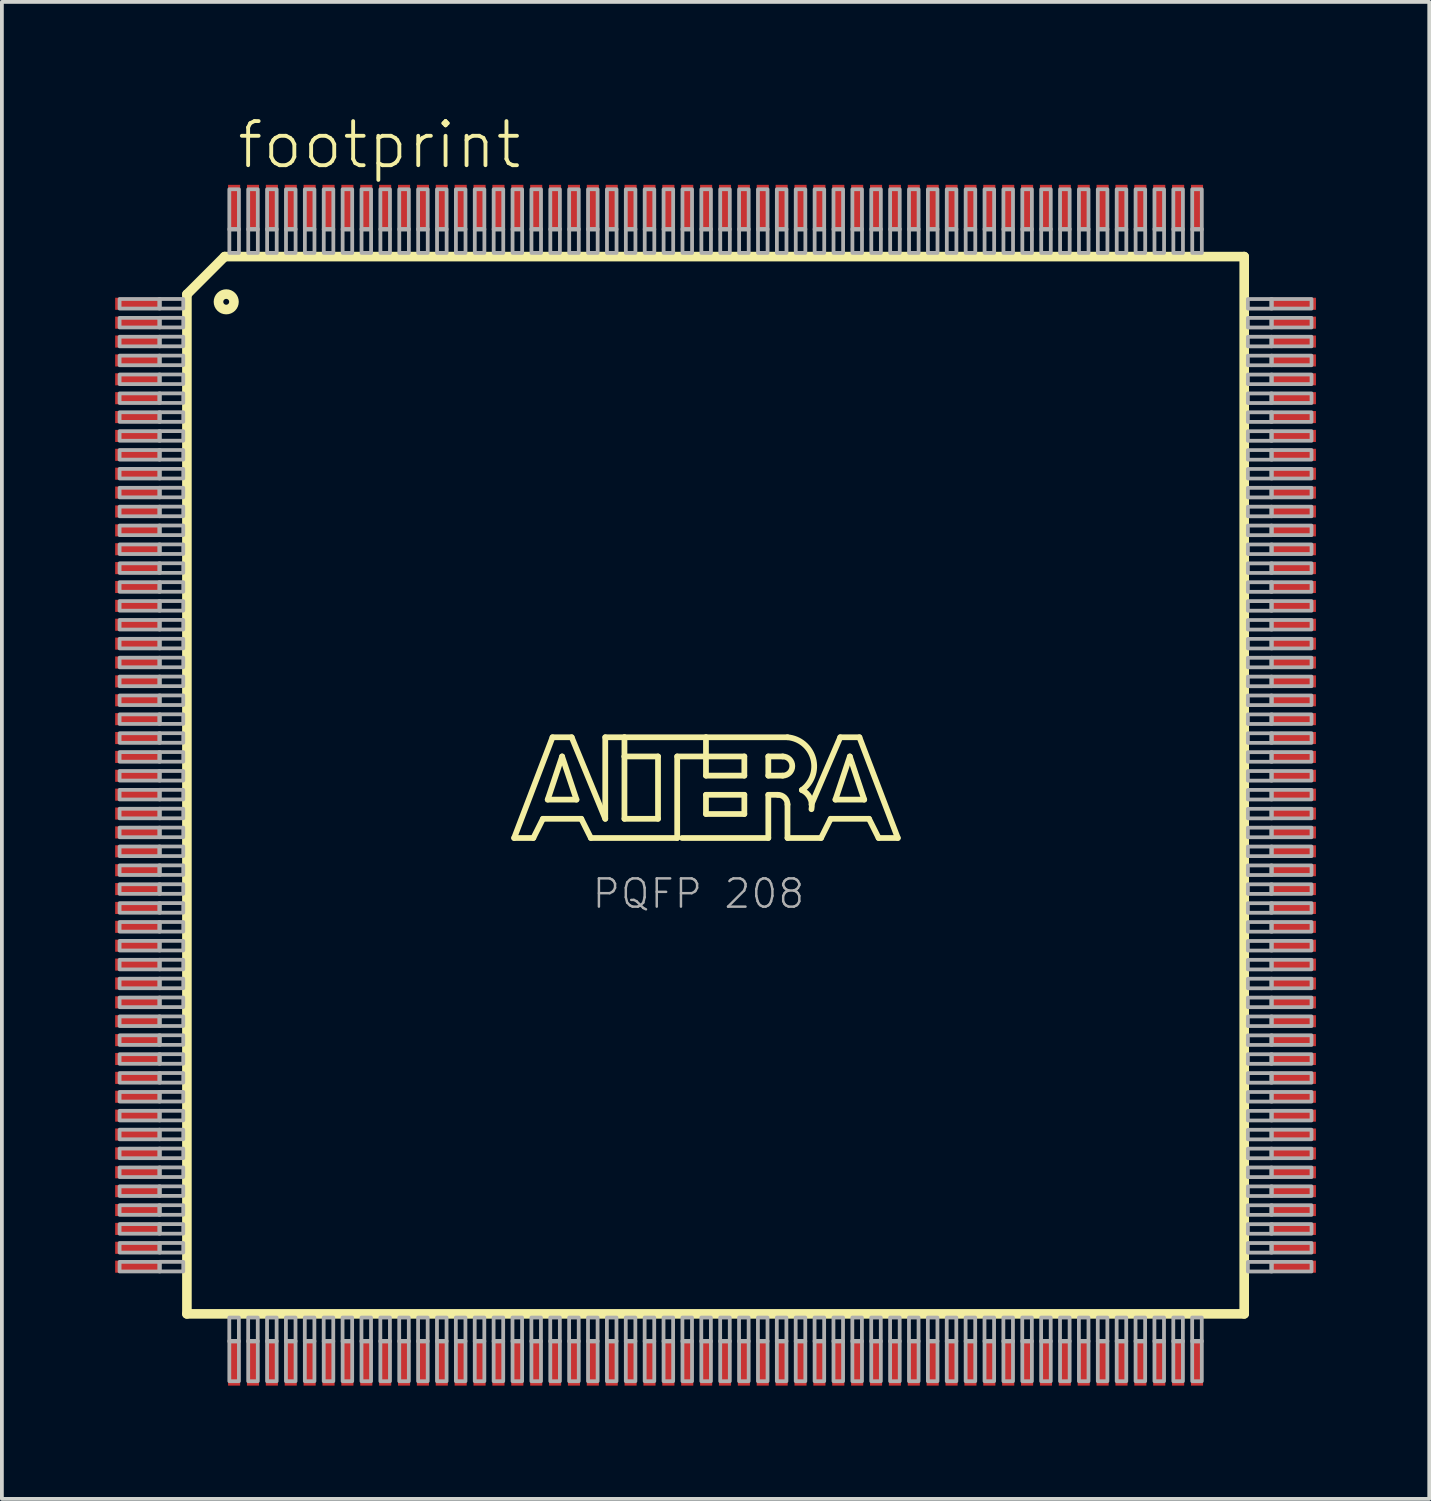
<source format=kicad_pcb>
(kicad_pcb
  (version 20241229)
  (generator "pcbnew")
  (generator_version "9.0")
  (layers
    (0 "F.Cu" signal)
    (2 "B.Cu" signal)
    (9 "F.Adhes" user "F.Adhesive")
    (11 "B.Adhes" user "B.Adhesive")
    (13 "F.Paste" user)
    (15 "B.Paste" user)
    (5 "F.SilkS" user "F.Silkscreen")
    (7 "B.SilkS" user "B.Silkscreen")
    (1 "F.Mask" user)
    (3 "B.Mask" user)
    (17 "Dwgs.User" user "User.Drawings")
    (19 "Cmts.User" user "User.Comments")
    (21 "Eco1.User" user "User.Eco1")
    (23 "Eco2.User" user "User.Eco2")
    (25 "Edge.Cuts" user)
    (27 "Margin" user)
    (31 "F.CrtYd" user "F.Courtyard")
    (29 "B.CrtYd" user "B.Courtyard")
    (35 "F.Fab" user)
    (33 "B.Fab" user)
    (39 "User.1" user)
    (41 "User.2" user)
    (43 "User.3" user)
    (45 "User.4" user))
  (footprint "footprint"
    (layer "F.Cu")
    (at 15.9 17.745)
    (property "Reference" "footprint" (at -12.724 -16.272 0) (layer "F.SilkS") (effects (font (size 1.168 1.168) (thickness 0.102)) (justify left bottom)))
    (fp_line (start -14 -13) (end -14 14) (stroke (width 0.254) (type solid)) (layer "F.SilkS"))
    (fp_line (start -14 14) (end 14 14) (stroke (width 0.254) (type solid)) (layer "F.SilkS"))
    (fp_line (start -13 -14) (end -14 -13) (stroke (width 0.254) (type solid)) (layer "F.SilkS"))
    (fp_line (start -5.334 1.397) (end -4.318 -1.27) (stroke (width 0.152) (type solid)) (layer "F.SilkS"))
    (fp_line (start -4.826 1.397) (end -5.334 1.397) (stroke (width 0.152) (type solid)) (layer "F.SilkS"))
    (fp_line (start -4.572 0.889) (end -4.826 1.397) (stroke (width 0.152) (type solid)) (layer "F.SilkS"))
    (fp_line (start -4.445 0.381) (end -3.683 0.381) (stroke (width 0.152) (type solid)) (layer "F.SilkS"))
    (fp_line (start -4.318 -1.27) (end -3.81 -1.27) (stroke (width 0.152) (type solid)) (layer "F.SilkS"))
    (fp_line (start -4.064 -0.762) (end -4.445 0.381) (stroke (width 0.152) (type solid)) (layer "F.SilkS"))
    (fp_line (start -3.81 -1.27) (end -2.921 0.889) (stroke (width 0.152) (type solid)) (layer "F.SilkS"))
    (fp_line (start -3.683 0.381) (end -4.064 -0.762) (stroke (width 0.152) (type solid)) (layer "F.SilkS"))
    (fp_line (start -3.556 0.889) (end -4.572 0.889) (stroke (width 0.152) (type solid)) (layer "F.SilkS"))
    (fp_line (start -3.302 1.397) (end -3.556 0.889) (stroke (width 0.152) (type solid)) (layer "F.SilkS"))
    (fp_line (start -2.921 -1.27) (end -2.413 -1.27) (stroke (width 0.152) (type solid)) (layer "F.SilkS"))
    (fp_line (start -2.921 0.889) (end -2.921 -1.27) (stroke (width 0.152) (type solid)) (layer "F.SilkS"))
    (fp_line (start -2.413 -1.27) (end -2.413 -0.762) (stroke (width 0.152) (type solid)) (layer "F.SilkS"))
    (fp_line (start -2.413 -1.27) (end -0.254 -1.27) (stroke (width 0.152) (type solid)) (layer "F.SilkS"))
    (fp_line (start -2.413 -0.762) (end -2.413 0.889) (stroke (width 0.152) (type solid)) (layer "F.SilkS"))
    (fp_line (start -2.413 0.889) (end -1.524 0.889) (stroke (width 0.152) (type solid)) (layer "F.SilkS"))
    (fp_line (start -1.524 -0.762) (end -2.413 -0.762) (stroke (width 0.152) (type solid)) (layer "F.SilkS"))
    (fp_line (start -1.524 0.889) (end -1.524 -0.762) (stroke (width 0.152) (type solid)) (layer "F.SilkS"))
    (fp_line (start -1.016 -0.762) (end -1.016 1.397) (stroke (width 0.152) (type solid)) (layer "F.SilkS"))
    (fp_line (start -1.016 1.397) (end -3.302 1.397) (stroke (width 0.152) (type solid)) (layer "F.SilkS"))
    (fp_line (start -0.254 -1.27) (end -0.254 -0.762) (stroke (width 0.152) (type solid)) (layer "F.SilkS"))
    (fp_line (start -0.254 -1.27) (end 1.905 -1.27) (stroke (width 0.152) (type solid)) (layer "F.SilkS"))
    (fp_line (start -0.254 -0.762) (end -1.016 -0.762) (stroke (width 0.152) (type solid)) (layer "F.SilkS"))
    (fp_line (start -0.254 -0.762) (end -0.254 -0.254) (stroke (width 0.152) (type solid)) (layer "F.SilkS"))
    (fp_line (start -0.254 -0.254) (end 0.762 -0.254) (stroke (width 0.152) (type solid)) (layer "F.SilkS"))
    (fp_line (start -0.254 0.254) (end 0.762 0.254) (stroke (width 0.152) (type solid)) (layer "F.SilkS"))
    (fp_line (start -0.254 0.762) (end -0.254 0.254) (stroke (width 0.152) (type solid)) (layer "F.SilkS"))
    (fp_line (start 0.762 -0.762) (end -0.254 -0.762) (stroke (width 0.152) (type solid)) (layer "F.SilkS"))
    (fp_line (start 0.762 -0.254) (end 0.762 -0.762) (stroke (width 0.152) (type solid)) (layer "F.SilkS"))
    (fp_line (start 0.762 0.254) (end 0.762 0.762) (stroke (width 0.152) (type solid)) (layer "F.SilkS"))
    (fp_line (start 0.762 0.762) (end -0.254 0.762) (stroke (width 0.152) (type solid)) (layer "F.SilkS"))
    (fp_line (start 1.397 -0.762) (end 1.397 -0.254) (stroke (width 0.152) (type solid)) (layer "F.SilkS"))
    (fp_line (start 1.397 -0.254) (end 1.778 -0.254) (stroke (width 0.152) (type solid)) (layer "F.SilkS"))
    (fp_line (start 1.397 0.254) (end 1.397 1.397) (stroke (width 0.152) (type solid)) (layer "F.SilkS"))
    (fp_line (start 1.397 0.254) (end 1.651 0.254) (stroke (width 0.152) (type solid)) (layer "F.SilkS"))
    (fp_line (start 1.397 1.397) (end -0.889 1.397) (stroke (width 0.152) (type solid)) (layer "F.SilkS"))
    (fp_line (start 1.778 -0.762) (end 1.397 -0.762) (stroke (width 0.152) (type solid)) (layer "F.SilkS"))
    (fp_line (start 1.905 0.508) (end 1.905 1.397) (stroke (width 0.152) (type solid)) (layer "F.SilkS"))
    (fp_line (start 1.905 1.397) (end 2.794 1.397) (stroke (width 0.152) (type solid)) (layer "F.SilkS"))
    (fp_line (start 2.794 1.397) (end 3.048 0.889) (stroke (width 0.152) (type solid)) (layer "F.SilkS"))
    (fp_line (start 3.048 0.889) (end 4.064 0.889) (stroke (width 0.152) (type solid)) (layer "F.SilkS"))
    (fp_line (start 3.175 0.381) (end 3.556 -0.762) (stroke (width 0.152) (type solid)) (layer "F.SilkS"))
    (fp_line (start 3.302 -1.27) (end 2.54 0.508) (stroke (width 0.152) (type solid)) (layer "F.SilkS"))
    (fp_line (start 3.556 -0.762) (end 3.937 0.381) (stroke (width 0.152) (type solid)) (layer "F.SilkS"))
    (fp_line (start 3.81 -1.27) (end 3.302 -1.27) (stroke (width 0.152) (type solid)) (layer "F.SilkS"))
    (fp_line (start 3.937 0.381) (end 3.175 0.381) (stroke (width 0.152) (type solid)) (layer "F.SilkS"))
    (fp_line (start 4.064 0.889) (end 4.318 1.397) (stroke (width 0.152) (type solid)) (layer "F.SilkS"))
    (fp_line (start 4.318 1.397) (end 4.826 1.397) (stroke (width 0.152) (type solid)) (layer "F.SilkS"))
    (fp_line (start 4.826 1.397) (end 3.81 -1.27) (stroke (width 0.152) (type solid)) (layer "F.SilkS"))
    (fp_line (start 14 -14) (end -13 -14) (stroke (width 0.254) (type solid)) (layer "F.SilkS"))
    (fp_line (start 14 14) (end 14 -14) (stroke (width 0.254) (type solid)) (layer "F.SilkS"))
    (fp_arc (start 1.651 0.254) (mid 1.830605 0.328395) (end 1.905 0.508) (stroke (width 0.1524) (type solid)) (layer "F.SilkS"))
    (fp_arc (start 1.778 -0.762) (mid 2.032 -0.508) (end 1.778 -0.254) (stroke (width 0.1524) (type solid)) (layer "F.SilkS"))
    (fp_arc (start 1.905 -1.27) (mid 2.585094 -0.704629) (end 2.286098 0.127701) (stroke (width 0.1524) (type solid)) (layer "F.SilkS"))
    (fp_arc (start 2.286 0.127) (mid 2.501981 0.336487) (end 2.539699 0.635) (stroke (width 0.1524) (type solid)) (layer "F.SilkS"))
    (fp_circle (center -12.959 -12.802) (end -12.754 -12.802) (stroke (width 0.254) (type solid)) (fill no) (layer "F.SilkS"))
    (fp_poly (pts (xy -15.783 -12.623) (xy -14.716 -12.623) (xy -14.716 -12.877) (xy -15.783 -12.877)) (stroke (width 0.1) (type solid)) (fill no) (layer "F.Fab"))
    (fp_poly (pts (xy -15.783 -12.123) (xy -14.716 -12.123) (xy -14.716 -12.377) (xy -15.783 -12.377)) (stroke (width 0.1) (type solid)) (fill no) (layer "F.Fab"))
    (fp_poly (pts (xy -15.783 -11.623) (xy -14.716 -11.623) (xy -14.716 -11.877) (xy -15.783 -11.877)) (stroke (width 0.1) (type solid)) (fill no) (layer "F.Fab"))
    (fp_poly (pts (xy -15.783 -11.123) (xy -14.716 -11.123) (xy -14.716 -11.377) (xy -15.783 -11.377)) (stroke (width 0.1) (type solid)) (fill no) (layer "F.Fab"))
    (fp_poly (pts (xy -15.783 -10.623) (xy -14.716 -10.623) (xy -14.716 -10.877) (xy -15.783 -10.877)) (stroke (width 0.1) (type solid)) (fill no) (layer "F.Fab"))
    (fp_poly (pts (xy -15.783 -10.123) (xy -14.716 -10.123) (xy -14.716 -10.377) (xy -15.783 -10.377)) (stroke (width 0.1) (type solid)) (fill no) (layer "F.Fab"))
    (fp_poly (pts (xy -15.783 -9.623) (xy -14.716 -9.623) (xy -14.716 -9.877) (xy -15.783 -9.877)) (stroke (width 0.1) (type solid)) (fill no) (layer "F.Fab"))
    (fp_poly (pts (xy -15.783 -9.123) (xy -14.716 -9.123) (xy -14.716 -9.377) (xy -15.783 -9.377)) (stroke (width 0.1) (type solid)) (fill no) (layer "F.Fab"))
    (fp_poly (pts (xy -15.783 -8.623) (xy -14.716 -8.623) (xy -14.716 -8.877) (xy -15.783 -8.877)) (stroke (width 0.1) (type solid)) (fill no) (layer "F.Fab"))
    (fp_poly (pts (xy -15.783 -8.123) (xy -14.716 -8.123) (xy -14.716 -8.377) (xy -15.783 -8.377)) (stroke (width 0.1) (type solid)) (fill no) (layer "F.Fab"))
    (fp_poly (pts (xy -15.783 -7.623) (xy -14.716 -7.623) (xy -14.716 -7.877) (xy -15.783 -7.877)) (stroke (width 0.1) (type solid)) (fill no) (layer "F.Fab"))
    (fp_poly (pts (xy -15.783 -7.123) (xy -14.716 -7.123) (xy -14.716 -7.377) (xy -15.783 -7.377)) (stroke (width 0.1) (type solid)) (fill no) (layer "F.Fab"))
    (fp_poly (pts (xy -15.783 -6.623) (xy -14.716 -6.623) (xy -14.716 -6.877) (xy -15.783 -6.877)) (stroke (width 0.1) (type solid)) (fill no) (layer "F.Fab"))
    (fp_poly (pts (xy -15.783 -6.123) (xy -14.716 -6.123) (xy -14.716 -6.377) (xy -15.783 -6.377)) (stroke (width 0.1) (type solid)) (fill no) (layer "F.Fab"))
    (fp_poly (pts (xy -15.783 -5.623) (xy -14.716 -5.623) (xy -14.716 -5.877) (xy -15.783 -5.877)) (stroke (width 0.1) (type solid)) (fill no) (layer "F.Fab"))
    (fp_poly (pts (xy -15.783 -5.123) (xy -14.716 -5.123) (xy -14.716 -5.377) (xy -15.783 -5.377)) (stroke (width 0.1) (type solid)) (fill no) (layer "F.Fab"))
    (fp_poly (pts (xy -15.783 -4.623) (xy -14.716 -4.623) (xy -14.716 -4.877) (xy -15.783 -4.877)) (stroke (width 0.1) (type solid)) (fill no) (layer "F.Fab"))
    (fp_poly (pts (xy -15.783 -4.123) (xy -14.716 -4.123) (xy -14.716 -4.377) (xy -15.783 -4.377)) (stroke (width 0.1) (type solid)) (fill no) (layer "F.Fab"))
    (fp_poly (pts (xy -15.783 -3.623) (xy -14.716 -3.623) (xy -14.716 -3.877) (xy -15.783 -3.877)) (stroke (width 0.1) (type solid)) (fill no) (layer "F.Fab"))
    (fp_poly (pts (xy -15.783 -3.123) (xy -14.716 -3.123) (xy -14.716 -3.377) (xy -15.783 -3.377)) (stroke (width 0.1) (type solid)) (fill no) (layer "F.Fab"))
    (fp_poly (pts (xy -15.783 -2.623) (xy -14.716 -2.623) (xy -14.716 -2.877) (xy -15.783 -2.877)) (stroke (width 0.1) (type solid)) (fill no) (layer "F.Fab"))
    (fp_poly (pts (xy -15.783 -2.123) (xy -14.716 -2.123) (xy -14.716 -2.377) (xy -15.783 -2.377)) (stroke (width 0.1) (type solid)) (fill no) (layer "F.Fab"))
    (fp_poly (pts (xy -15.783 -1.623) (xy -14.716 -1.623) (xy -14.716 -1.877) (xy -15.783 -1.877)) (stroke (width 0.1) (type solid)) (fill no) (layer "F.Fab"))
    (fp_poly (pts (xy -15.783 -1.123) (xy -14.716 -1.123) (xy -14.716 -1.377) (xy -15.783 -1.377)) (stroke (width 0.1) (type solid)) (fill no) (layer "F.Fab"))
    (fp_poly (pts (xy -15.783 -0.623) (xy -14.716 -0.623) (xy -14.716 -0.877) (xy -15.783 -0.877)) (stroke (width 0.1) (type solid)) (fill no) (layer "F.Fab"))
    (fp_poly (pts (xy -15.783 -0.123) (xy -14.716 -0.123) (xy -14.716 -0.377) (xy -15.783 -0.377)) (stroke (width 0.1) (type solid)) (fill no) (layer "F.Fab"))
    (fp_poly (pts (xy -15.783 0.377) (xy -14.716 0.377) (xy -14.716 0.123) (xy -15.783 0.123)) (stroke (width 0.1) (type solid)) (fill no) (layer "F.Fab"))
    (fp_poly (pts (xy -15.783 0.877) (xy -14.716 0.877) (xy -14.716 0.623) (xy -15.783 0.623)) (stroke (width 0.1) (type solid)) (fill no) (layer "F.Fab"))
    (fp_poly (pts (xy -15.783 1.377) (xy -14.716 1.377) (xy -14.716 1.123) (xy -15.783 1.123)) (stroke (width 0.1) (type solid)) (fill no) (layer "F.Fab"))
    (fp_poly (pts (xy -15.783 1.877) (xy -14.716 1.877) (xy -14.716 1.623) (xy -15.783 1.623)) (stroke (width 0.1) (type solid)) (fill no) (layer "F.Fab"))
    (fp_poly (pts (xy -15.783 2.377) (xy -14.716 2.377) (xy -14.716 2.123) (xy -15.783 2.123)) (stroke (width 0.1) (type solid)) (fill no) (layer "F.Fab"))
    (fp_poly (pts (xy -15.783 2.877) (xy -14.716 2.877) (xy -14.716 2.623) (xy -15.783 2.623)) (stroke (width 0.1) (type solid)) (fill no) (layer "F.Fab"))
    (fp_poly (pts (xy -15.783 3.377) (xy -14.716 3.377) (xy -14.716 3.123) (xy -15.783 3.123)) (stroke (width 0.1) (type solid)) (fill no) (layer "F.Fab"))
    (fp_poly (pts (xy -15.783 3.877) (xy -14.716 3.877) (xy -14.716 3.623) (xy -15.783 3.623)) (stroke (width 0.1) (type solid)) (fill no) (layer "F.Fab"))
    (fp_poly (pts (xy -15.783 4.377) (xy -14.716 4.377) (xy -14.716 4.123) (xy -15.783 4.123)) (stroke (width 0.1) (type solid)) (fill no) (layer "F.Fab"))
    (fp_poly (pts (xy -15.783 4.877) (xy -14.716 4.877) (xy -14.716 4.623) (xy -15.783 4.623)) (stroke (width 0.1) (type solid)) (fill no) (layer "F.Fab"))
    (fp_poly (pts (xy -15.783 5.377) (xy -14.716 5.377) (xy -14.716 5.123) (xy -15.783 5.123)) (stroke (width 0.1) (type solid)) (fill no) (layer "F.Fab"))
    (fp_poly (pts (xy -15.783 5.877) (xy -14.716 5.877) (xy -14.716 5.623) (xy -15.783 5.623)) (stroke (width 0.1) (type solid)) (fill no) (layer "F.Fab"))
    (fp_poly (pts (xy -15.783 6.377) (xy -14.716 6.377) (xy -14.716 6.123) (xy -15.783 6.123)) (stroke (width 0.1) (type solid)) (fill no) (layer "F.Fab"))
    (fp_poly (pts (xy -15.783 6.877) (xy -14.716 6.877) (xy -14.716 6.623) (xy -15.783 6.623)) (stroke (width 0.1) (type solid)) (fill no) (layer "F.Fab"))
    (fp_poly (pts (xy -15.783 7.377) (xy -14.716 7.377) (xy -14.716 7.123) (xy -15.783 7.123)) (stroke (width 0.1) (type solid)) (fill no) (layer "F.Fab"))
    (fp_poly (pts (xy -15.783 7.877) (xy -14.716 7.877) (xy -14.716 7.623) (xy -15.783 7.623)) (stroke (width 0.1) (type solid)) (fill no) (layer "F.Fab"))
    (fp_poly (pts (xy -15.783 8.377) (xy -14.716 8.377) (xy -14.716 8.123) (xy -15.783 8.123)) (stroke (width 0.1) (type solid)) (fill no) (layer "F.Fab"))
    (fp_poly (pts (xy -15.783 8.877) (xy -14.716 8.877) (xy -14.716 8.623) (xy -15.783 8.623)) (stroke (width 0.1) (type solid)) (fill no) (layer "F.Fab"))
    (fp_poly (pts (xy -15.783 9.377) (xy -14.716 9.377) (xy -14.716 9.123) (xy -15.783 9.123)) (stroke (width 0.1) (type solid)) (fill no) (layer "F.Fab"))
    (fp_poly (pts (xy -15.783 9.877) (xy -14.716 9.877) (xy -14.716 9.623) (xy -15.783 9.623)) (stroke (width 0.1) (type solid)) (fill no) (layer "F.Fab"))
    (fp_poly (pts (xy -15.783 10.377) (xy -14.716 10.377) (xy -14.716 10.123) (xy -15.783 10.123)) (stroke (width 0.1) (type solid)) (fill no) (layer "F.Fab"))
    (fp_poly (pts (xy -15.783 10.877) (xy -14.716 10.877) (xy -14.716 10.623) (xy -15.783 10.623)) (stroke (width 0.1) (type solid)) (fill no) (layer "F.Fab"))
    (fp_poly (pts (xy -15.783 11.377) (xy -14.716 11.377) (xy -14.716 11.123) (xy -15.783 11.123)) (stroke (width 0.1) (type solid)) (fill no) (layer "F.Fab"))
    (fp_poly (pts (xy -15.783 11.877) (xy -14.716 11.877) (xy -14.716 11.623) (xy -15.783 11.623)) (stroke (width 0.1) (type solid)) (fill no) (layer "F.Fab"))
    (fp_poly (pts (xy -15.783 12.377) (xy -14.716 12.377) (xy -14.716 12.123) (xy -15.783 12.123)) (stroke (width 0.1) (type solid)) (fill no) (layer "F.Fab"))
    (fp_poly (pts (xy -15.783 12.877) (xy -14.716 12.877) (xy -14.716 12.623) (xy -15.783 12.623)) (stroke (width 0.1) (type solid)) (fill no) (layer "F.Fab"))
    (fp_poly (pts (xy -14.732 -12.624) (xy -14.097 -12.624) (xy -14.097 -12.878) (xy -14.732 -12.878)) (stroke (width 0.1) (type solid)) (fill no) (layer "F.Fab"))
    (fp_poly (pts (xy -14.732 -12.124) (xy -14.097 -12.124) (xy -14.097 -12.378) (xy -14.732 -12.378)) (stroke (width 0.1) (type solid)) (fill no) (layer "F.Fab"))
    (fp_poly (pts (xy -14.732 -11.624) (xy -14.097 -11.624) (xy -14.097 -11.878) (xy -14.732 -11.878)) (stroke (width 0.1) (type solid)) (fill no) (layer "F.Fab"))
    (fp_poly (pts (xy -14.732 -11.124) (xy -14.097 -11.124) (xy -14.097 -11.378) (xy -14.732 -11.378)) (stroke (width 0.1) (type solid)) (fill no) (layer "F.Fab"))
    (fp_poly (pts (xy -14.732 -10.624) (xy -14.097 -10.624) (xy -14.097 -10.878) (xy -14.732 -10.878)) (stroke (width 0.1) (type solid)) (fill no) (layer "F.Fab"))
    (fp_poly (pts (xy -14.732 -10.124) (xy -14.097 -10.124) (xy -14.097 -10.378) (xy -14.732 -10.378)) (stroke (width 0.1) (type solid)) (fill no) (layer "F.Fab"))
    (fp_poly (pts (xy -14.732 -9.624) (xy -14.097 -9.624) (xy -14.097 -9.878) (xy -14.732 -9.878)) (stroke (width 0.1) (type solid)) (fill no) (layer "F.Fab"))
    (fp_poly (pts (xy -14.732 -9.124) (xy -14.097 -9.124) (xy -14.097 -9.378) (xy -14.732 -9.378)) (stroke (width 0.1) (type solid)) (fill no) (layer "F.Fab"))
    (fp_poly (pts (xy -14.732 -8.624) (xy -14.097 -8.624) (xy -14.097 -8.878) (xy -14.732 -8.878)) (stroke (width 0.1) (type solid)) (fill no) (layer "F.Fab"))
    (fp_poly (pts (xy -14.732 -8.124) (xy -14.097 -8.124) (xy -14.097 -8.378) (xy -14.732 -8.378)) (stroke (width 0.1) (type solid)) (fill no) (layer "F.Fab"))
    (fp_poly (pts (xy -14.732 -7.624) (xy -14.097 -7.624) (xy -14.097 -7.878) (xy -14.732 -7.878)) (stroke (width 0.1) (type solid)) (fill no) (layer "F.Fab"))
    (fp_poly (pts (xy -14.732 -7.124) (xy -14.097 -7.124) (xy -14.097 -7.378) (xy -14.732 -7.378)) (stroke (width 0.1) (type solid)) (fill no) (layer "F.Fab"))
    (fp_poly (pts (xy -14.732 -6.624) (xy -14.097 -6.624) (xy -14.097 -6.878) (xy -14.732 -6.878)) (stroke (width 0.1) (type solid)) (fill no) (layer "F.Fab"))
    (fp_poly (pts (xy -14.732 -6.124) (xy -14.097 -6.124) (xy -14.097 -6.378) (xy -14.732 -6.378)) (stroke (width 0.1) (type solid)) (fill no) (layer "F.Fab"))
    (fp_poly (pts (xy -14.732 -5.624) (xy -14.097 -5.624) (xy -14.097 -5.878) (xy -14.732 -5.878)) (stroke (width 0.1) (type solid)) (fill no) (layer "F.Fab"))
    (fp_poly (pts (xy -14.732 -5.124) (xy -14.097 -5.124) (xy -14.097 -5.378) (xy -14.732 -5.378)) (stroke (width 0.1) (type solid)) (fill no) (layer "F.Fab"))
    (fp_poly (pts (xy -14.732 -4.624) (xy -14.097 -4.624) (xy -14.097 -4.878) (xy -14.732 -4.878)) (stroke (width 0.1) (type solid)) (fill no) (layer "F.Fab"))
    (fp_poly (pts (xy -14.732 -4.124) (xy -14.097 -4.124) (xy -14.097 -4.378) (xy -14.732 -4.378)) (stroke (width 0.1) (type solid)) (fill no) (layer "F.Fab"))
    (fp_poly (pts (xy -14.732 -3.624) (xy -14.097 -3.624) (xy -14.097 -3.878) (xy -14.732 -3.878)) (stroke (width 0.1) (type solid)) (fill no) (layer "F.Fab"))
    (fp_poly (pts (xy -14.732 -3.124) (xy -14.097 -3.124) (xy -14.097 -3.378) (xy -14.732 -3.378)) (stroke (width 0.1) (type solid)) (fill no) (layer "F.Fab"))
    (fp_poly (pts (xy -14.732 -2.624) (xy -14.097 -2.624) (xy -14.097 -2.878) (xy -14.732 -2.878)) (stroke (width 0.1) (type solid)) (fill no) (layer "F.Fab"))
    (fp_poly (pts (xy -14.732 -2.124) (xy -14.097 -2.124) (xy -14.097 -2.378) (xy -14.732 -2.378)) (stroke (width 0.1) (type solid)) (fill no) (layer "F.Fab"))
    (fp_poly (pts (xy -14.732 -1.624) (xy -14.097 -1.624) (xy -14.097 -1.878) (xy -14.732 -1.878)) (stroke (width 0.1) (type solid)) (fill no) (layer "F.Fab"))
    (fp_poly (pts (xy -14.732 -1.124) (xy -14.097 -1.124) (xy -14.097 -1.378) (xy -14.732 -1.378)) (stroke (width 0.1) (type solid)) (fill no) (layer "F.Fab"))
    (fp_poly (pts (xy -14.732 -0.624) (xy -14.097 -0.624) (xy -14.097 -0.878) (xy -14.732 -0.878)) (stroke (width 0.1) (type solid)) (fill no) (layer "F.Fab"))
    (fp_poly (pts (xy -14.732 -0.124) (xy -14.097 -0.124) (xy -14.097 -0.378) (xy -14.732 -0.378)) (stroke (width 0.1) (type solid)) (fill no) (layer "F.Fab"))
    (fp_poly (pts (xy -14.732 0.376) (xy -14.097 0.376) (xy -14.097 0.122) (xy -14.732 0.122)) (stroke (width 0.1) (type solid)) (fill no) (layer "F.Fab"))
    (fp_poly (pts (xy -14.732 0.876) (xy -14.097 0.876) (xy -14.097 0.622) (xy -14.732 0.622)) (stroke (width 0.1) (type solid)) (fill no) (layer "F.Fab"))
    (fp_poly (pts (xy -14.732 1.376) (xy -14.097 1.376) (xy -14.097 1.122) (xy -14.732 1.122)) (stroke (width 0.1) (type solid)) (fill no) (layer "F.Fab"))
    (fp_poly (pts (xy -14.732 1.876) (xy -14.097 1.876) (xy -14.097 1.622) (xy -14.732 1.622)) (stroke (width 0.1) (type solid)) (fill no) (layer "F.Fab"))
    (fp_poly (pts (xy -14.732 2.376) (xy -14.097 2.376) (xy -14.097 2.122) (xy -14.732 2.122)) (stroke (width 0.1) (type solid)) (fill no) (layer "F.Fab"))
    (fp_poly (pts (xy -14.732 2.876) (xy -14.097 2.876) (xy -14.097 2.622) (xy -14.732 2.622)) (stroke (width 0.1) (type solid)) (fill no) (layer "F.Fab"))
    (fp_poly (pts (xy -14.732 3.376) (xy -14.097 3.376) (xy -14.097 3.122) (xy -14.732 3.122)) (stroke (width 0.1) (type solid)) (fill no) (layer "F.Fab"))
    (fp_poly (pts (xy -14.732 3.876) (xy -14.097 3.876) (xy -14.097 3.622) (xy -14.732 3.622)) (stroke (width 0.1) (type solid)) (fill no) (layer "F.Fab"))
    (fp_poly (pts (xy -14.732 4.376) (xy -14.097 4.376) (xy -14.097 4.122) (xy -14.732 4.122)) (stroke (width 0.1) (type solid)) (fill no) (layer "F.Fab"))
    (fp_poly (pts (xy -14.732 4.876) (xy -14.097 4.876) (xy -14.097 4.622) (xy -14.732 4.622)) (stroke (width 0.1) (type solid)) (fill no) (layer "F.Fab"))
    (fp_poly (pts (xy -14.732 5.376) (xy -14.097 5.376) (xy -14.097 5.122) (xy -14.732 5.122)) (stroke (width 0.1) (type solid)) (fill no) (layer "F.Fab"))
    (fp_poly (pts (xy -14.732 5.876) (xy -14.097 5.876) (xy -14.097 5.622) (xy -14.732 5.622)) (stroke (width 0.1) (type solid)) (fill no) (layer "F.Fab"))
    (fp_poly (pts (xy -14.732 6.376) (xy -14.097 6.376) (xy -14.097 6.122) (xy -14.732 6.122)) (stroke (width 0.1) (type solid)) (fill no) (layer "F.Fab"))
    (fp_poly (pts (xy -14.732 6.876) (xy -14.097 6.876) (xy -14.097 6.622) (xy -14.732 6.622)) (stroke (width 0.1) (type solid)) (fill no) (layer "F.Fab"))
    (fp_poly (pts (xy -14.732 7.376) (xy -14.097 7.376) (xy -14.097 7.122) (xy -14.732 7.122)) (stroke (width 0.1) (type solid)) (fill no) (layer "F.Fab"))
    (fp_poly (pts (xy -14.732 7.876) (xy -14.097 7.876) (xy -14.097 7.622) (xy -14.732 7.622)) (stroke (width 0.1) (type solid)) (fill no) (layer "F.Fab"))
    (fp_poly (pts (xy -14.732 8.376) (xy -14.097 8.376) (xy -14.097 8.122) (xy -14.732 8.122)) (stroke (width 0.1) (type solid)) (fill no) (layer "F.Fab"))
    (fp_poly (pts (xy -14.732 8.876) (xy -14.097 8.876) (xy -14.097 8.622) (xy -14.732 8.622)) (stroke (width 0.1) (type solid)) (fill no) (layer "F.Fab"))
    (fp_poly (pts (xy -14.732 9.376) (xy -14.097 9.376) (xy -14.097 9.122) (xy -14.732 9.122)) (stroke (width 0.1) (type solid)) (fill no) (layer "F.Fab"))
    (fp_poly (pts (xy -14.732 9.876) (xy -14.097 9.876) (xy -14.097 9.622) (xy -14.732 9.622)) (stroke (width 0.1) (type solid)) (fill no) (layer "F.Fab"))
    (fp_poly (pts (xy -14.732 10.376) (xy -14.097 10.376) (xy -14.097 10.122) (xy -14.732 10.122)) (stroke (width 0.1) (type solid)) (fill no) (layer "F.Fab"))
    (fp_poly (pts (xy -14.732 10.876) (xy -14.097 10.876) (xy -14.097 10.622) (xy -14.732 10.622)) (stroke (width 0.1) (type solid)) (fill no) (layer "F.Fab"))
    (fp_poly (pts (xy -14.732 11.376) (xy -14.097 11.376) (xy -14.097 11.122) (xy -14.732 11.122)) (stroke (width 0.1) (type solid)) (fill no) (layer "F.Fab"))
    (fp_poly (pts (xy -14.732 11.876) (xy -14.097 11.876) (xy -14.097 11.622) (xy -14.732 11.622)) (stroke (width 0.1) (type solid)) (fill no) (layer "F.Fab"))
    (fp_poly (pts (xy -14.732 12.376) (xy -14.097 12.376) (xy -14.097 12.122) (xy -14.732 12.122)) (stroke (width 0.1) (type solid)) (fill no) (layer "F.Fab"))
    (fp_poly (pts (xy -14.732 12.876) (xy -14.097 12.876) (xy -14.097 12.622) (xy -14.732 12.622)) (stroke (width 0.1) (type solid)) (fill no) (layer "F.Fab"))
    (fp_poly (pts (xy -12.878 14.732) (xy -12.624 14.732) (xy -12.624 14.097) (xy -12.878 14.097)) (stroke (width 0.1) (type solid)) (fill no) (layer "F.Fab"))
    (fp_poly (pts (xy -12.877 -14.716) (xy -12.623 -14.716) (xy -12.623 -15.783) (xy -12.877 -15.783)) (stroke (width 0.1) (type solid)) (fill no) (layer "F.Fab"))
    (fp_poly (pts (xy -12.877 15.783) (xy -12.623 15.783) (xy -12.623 14.716) (xy -12.877 14.716)) (stroke (width 0.1) (type solid)) (fill no) (layer "F.Fab"))
    (fp_poly (pts (xy -12.876 -14.097) (xy -12.622 -14.097) (xy -12.622 -14.732) (xy -12.876 -14.732)) (stroke (width 0.1) (type solid)) (fill no) (layer "F.Fab"))
    (fp_poly (pts (xy -12.378 14.732) (xy -12.124 14.732) (xy -12.124 14.097) (xy -12.378 14.097)) (stroke (width 0.1) (type solid)) (fill no) (layer "F.Fab"))
    (fp_poly (pts (xy -12.377 -14.716) (xy -12.123 -14.716) (xy -12.123 -15.783) (xy -12.377 -15.783)) (stroke (width 0.1) (type solid)) (fill no) (layer "F.Fab"))
    (fp_poly (pts (xy -12.377 15.783) (xy -12.123 15.783) (xy -12.123 14.716) (xy -12.377 14.716)) (stroke (width 0.1) (type solid)) (fill no) (layer "F.Fab"))
    (fp_poly (pts (xy -12.376 -14.097) (xy -12.122 -14.097) (xy -12.122 -14.732) (xy -12.376 -14.732)) (stroke (width 0.1) (type solid)) (fill no) (layer "F.Fab"))
    (fp_poly (pts (xy -11.878 14.732) (xy -11.624 14.732) (xy -11.624 14.097) (xy -11.878 14.097)) (stroke (width 0.1) (type solid)) (fill no) (layer "F.Fab"))
    (fp_poly (pts (xy -11.877 -14.716) (xy -11.623 -14.716) (xy -11.623 -15.783) (xy -11.877 -15.783)) (stroke (width 0.1) (type solid)) (fill no) (layer "F.Fab"))
    (fp_poly (pts (xy -11.877 15.783) (xy -11.623 15.783) (xy -11.623 14.716) (xy -11.877 14.716)) (stroke (width 0.1) (type solid)) (fill no) (layer "F.Fab"))
    (fp_poly (pts (xy -11.876 -14.097) (xy -11.622 -14.097) (xy -11.622 -14.732) (xy -11.876 -14.732)) (stroke (width 0.1) (type solid)) (fill no) (layer "F.Fab"))
    (fp_poly (pts (xy -11.378 14.732) (xy -11.124 14.732) (xy -11.124 14.097) (xy -11.378 14.097)) (stroke (width 0.1) (type solid)) (fill no) (layer "F.Fab"))
    (fp_poly (pts (xy -11.377 -14.716) (xy -11.123 -14.716) (xy -11.123 -15.783) (xy -11.377 -15.783)) (stroke (width 0.1) (type solid)) (fill no) (layer "F.Fab"))
    (fp_poly (pts (xy -11.377 15.783) (xy -11.123 15.783) (xy -11.123 14.716) (xy -11.377 14.716)) (stroke (width 0.1) (type solid)) (fill no) (layer "F.Fab"))
    (fp_poly (pts (xy -11.376 -14.097) (xy -11.122 -14.097) (xy -11.122 -14.732) (xy -11.376 -14.732)) (stroke (width 0.1) (type solid)) (fill no) (layer "F.Fab"))
    (fp_poly (pts (xy -10.878 14.732) (xy -10.624 14.732) (xy -10.624 14.097) (xy -10.878 14.097)) (stroke (width 0.1) (type solid)) (fill no) (layer "F.Fab"))
    (fp_poly (pts (xy -10.877 -14.716) (xy -10.623 -14.716) (xy -10.623 -15.783) (xy -10.877 -15.783)) (stroke (width 0.1) (type solid)) (fill no) (layer "F.Fab"))
    (fp_poly (pts (xy -10.877 15.783) (xy -10.623 15.783) (xy -10.623 14.716) (xy -10.877 14.716)) (stroke (width 0.1) (type solid)) (fill no) (layer "F.Fab"))
    (fp_poly (pts (xy -10.876 -14.097) (xy -10.622 -14.097) (xy -10.622 -14.732) (xy -10.876 -14.732)) (stroke (width 0.1) (type solid)) (fill no) (layer "F.Fab"))
    (fp_poly (pts (xy -10.378 14.732) (xy -10.124 14.732) (xy -10.124 14.097) (xy -10.378 14.097)) (stroke (width 0.1) (type solid)) (fill no) (layer "F.Fab"))
    (fp_poly (pts (xy -10.377 -14.716) (xy -10.123 -14.716) (xy -10.123 -15.783) (xy -10.377 -15.783)) (stroke (width 0.1) (type solid)) (fill no) (layer "F.Fab"))
    (fp_poly (pts (xy -10.377 15.783) (xy -10.123 15.783) (xy -10.123 14.716) (xy -10.377 14.716)) (stroke (width 0.1) (type solid)) (fill no) (layer "F.Fab"))
    (fp_poly (pts (xy -10.376 -14.097) (xy -10.122 -14.097) (xy -10.122 -14.732) (xy -10.376 -14.732)) (stroke (width 0.1) (type solid)) (fill no) (layer "F.Fab"))
    (fp_poly (pts (xy -9.878 14.732) (xy -9.624 14.732) (xy -9.624 14.097) (xy -9.878 14.097)) (stroke (width 0.1) (type solid)) (fill no) (layer "F.Fab"))
    (fp_poly (pts (xy -9.877 -14.716) (xy -9.623 -14.716) (xy -9.623 -15.783) (xy -9.877 -15.783)) (stroke (width 0.1) (type solid)) (fill no) (layer "F.Fab"))
    (fp_poly (pts (xy -9.877 15.783) (xy -9.623 15.783) (xy -9.623 14.716) (xy -9.877 14.716)) (stroke (width 0.1) (type solid)) (fill no) (layer "F.Fab"))
    (fp_poly (pts (xy -9.876 -14.097) (xy -9.622 -14.097) (xy -9.622 -14.732) (xy -9.876 -14.732)) (stroke (width 0.1) (type solid)) (fill no) (layer "F.Fab"))
    (fp_poly (pts (xy -9.378 14.732) (xy -9.124 14.732) (xy -9.124 14.097) (xy -9.378 14.097)) (stroke (width 0.1) (type solid)) (fill no) (layer "F.Fab"))
    (fp_poly (pts (xy -9.377 -14.716) (xy -9.123 -14.716) (xy -9.123 -15.783) (xy -9.377 -15.783)) (stroke (width 0.1) (type solid)) (fill no) (layer "F.Fab"))
    (fp_poly (pts (xy -9.377 15.783) (xy -9.123 15.783) (xy -9.123 14.716) (xy -9.377 14.716)) (stroke (width 0.1) (type solid)) (fill no) (layer "F.Fab"))
    (fp_poly (pts (xy -9.376 -14.097) (xy -9.122 -14.097) (xy -9.122 -14.732) (xy -9.376 -14.732)) (stroke (width 0.1) (type solid)) (fill no) (layer "F.Fab"))
    (fp_poly (pts (xy -8.878 14.732) (xy -8.624 14.732) (xy -8.624 14.097) (xy -8.878 14.097)) (stroke (width 0.1) (type solid)) (fill no) (layer "F.Fab"))
    (fp_poly (pts (xy -8.877 -14.716) (xy -8.623 -14.716) (xy -8.623 -15.783) (xy -8.877 -15.783)) (stroke (width 0.1) (type solid)) (fill no) (layer "F.Fab"))
    (fp_poly (pts (xy -8.877 15.783) (xy -8.623 15.783) (xy -8.623 14.716) (xy -8.877 14.716)) (stroke (width 0.1) (type solid)) (fill no) (layer "F.Fab"))
    (fp_poly (pts (xy -8.876 -14.097) (xy -8.622 -14.097) (xy -8.622 -14.732) (xy -8.876 -14.732)) (stroke (width 0.1) (type solid)) (fill no) (layer "F.Fab"))
    (fp_poly (pts (xy -8.378 14.732) (xy -8.124 14.732) (xy -8.124 14.097) (xy -8.378 14.097)) (stroke (width 0.1) (type solid)) (fill no) (layer "F.Fab"))
    (fp_poly (pts (xy -8.377 -14.716) (xy -8.123 -14.716) (xy -8.123 -15.783) (xy -8.377 -15.783)) (stroke (width 0.1) (type solid)) (fill no) (layer "F.Fab"))
    (fp_poly (pts (xy -8.377 15.783) (xy -8.123 15.783) (xy -8.123 14.716) (xy -8.377 14.716)) (stroke (width 0.1) (type solid)) (fill no) (layer "F.Fab"))
    (fp_poly (pts (xy -8.376 -14.097) (xy -8.122 -14.097) (xy -8.122 -14.732) (xy -8.376 -14.732)) (stroke (width 0.1) (type solid)) (fill no) (layer "F.Fab"))
    (fp_poly (pts (xy -7.878 14.732) (xy -7.624 14.732) (xy -7.624 14.097) (xy -7.878 14.097)) (stroke (width 0.1) (type solid)) (fill no) (layer "F.Fab"))
    (fp_poly (pts (xy -7.877 -14.716) (xy -7.623 -14.716) (xy -7.623 -15.783) (xy -7.877 -15.783)) (stroke (width 0.1) (type solid)) (fill no) (layer "F.Fab"))
    (fp_poly (pts (xy -7.877 15.783) (xy -7.623 15.783) (xy -7.623 14.716) (xy -7.877 14.716)) (stroke (width 0.1) (type solid)) (fill no) (layer "F.Fab"))
    (fp_poly (pts (xy -7.876 -14.097) (xy -7.622 -14.097) (xy -7.622 -14.732) (xy -7.876 -14.732)) (stroke (width 0.1) (type solid)) (fill no) (layer "F.Fab"))
    (fp_poly (pts (xy -7.378 14.732) (xy -7.124 14.732) (xy -7.124 14.097) (xy -7.378 14.097)) (stroke (width 0.1) (type solid)) (fill no) (layer "F.Fab"))
    (fp_poly (pts (xy -7.377 -14.716) (xy -7.123 -14.716) (xy -7.123 -15.783) (xy -7.377 -15.783)) (stroke (width 0.1) (type solid)) (fill no) (layer "F.Fab"))
    (fp_poly (pts (xy -7.377 15.783) (xy -7.123 15.783) (xy -7.123 14.716) (xy -7.377 14.716)) (stroke (width 0.1) (type solid)) (fill no) (layer "F.Fab"))
    (fp_poly (pts (xy -7.376 -14.097) (xy -7.122 -14.097) (xy -7.122 -14.732) (xy -7.376 -14.732)) (stroke (width 0.1) (type solid)) (fill no) (layer "F.Fab"))
    (fp_poly (pts (xy -6.878 14.732) (xy -6.624 14.732) (xy -6.624 14.097) (xy -6.878 14.097)) (stroke (width 0.1) (type solid)) (fill no) (layer "F.Fab"))
    (fp_poly (pts (xy -6.877 -14.716) (xy -6.623 -14.716) (xy -6.623 -15.783) (xy -6.877 -15.783)) (stroke (width 0.1) (type solid)) (fill no) (layer "F.Fab"))
    (fp_poly (pts (xy -6.877 15.783) (xy -6.623 15.783) (xy -6.623 14.716) (xy -6.877 14.716)) (stroke (width 0.1) (type solid)) (fill no) (layer "F.Fab"))
    (fp_poly (pts (xy -6.876 -14.097) (xy -6.622 -14.097) (xy -6.622 -14.732) (xy -6.876 -14.732)) (stroke (width 0.1) (type solid)) (fill no) (layer "F.Fab"))
    (fp_poly (pts (xy -6.378 14.732) (xy -6.124 14.732) (xy -6.124 14.097) (xy -6.378 14.097)) (stroke (width 0.1) (type solid)) (fill no) (layer "F.Fab"))
    (fp_poly (pts (xy -6.377 -14.716) (xy -6.123 -14.716) (xy -6.123 -15.783) (xy -6.377 -15.783)) (stroke (width 0.1) (type solid)) (fill no) (layer "F.Fab"))
    (fp_poly (pts (xy -6.377 15.783) (xy -6.123 15.783) (xy -6.123 14.716) (xy -6.377 14.716)) (stroke (width 0.1) (type solid)) (fill no) (layer "F.Fab"))
    (fp_poly (pts (xy -6.376 -14.097) (xy -6.122 -14.097) (xy -6.122 -14.732) (xy -6.376 -14.732)) (stroke (width 0.1) (type solid)) (fill no) (layer "F.Fab"))
    (fp_poly (pts (xy -5.878 14.732) (xy -5.624 14.732) (xy -5.624 14.097) (xy -5.878 14.097)) (stroke (width 0.1) (type solid)) (fill no) (layer "F.Fab"))
    (fp_poly (pts (xy -5.877 -14.716) (xy -5.623 -14.716) (xy -5.623 -15.783) (xy -5.877 -15.783)) (stroke (width 0.1) (type solid)) (fill no) (layer "F.Fab"))
    (fp_poly (pts (xy -5.877 15.783) (xy -5.623 15.783) (xy -5.623 14.716) (xy -5.877 14.716)) (stroke (width 0.1) (type solid)) (fill no) (layer "F.Fab"))
    (fp_poly (pts (xy -5.876 -14.097) (xy -5.622 -14.097) (xy -5.622 -14.732) (xy -5.876 -14.732)) (stroke (width 0.1) (type solid)) (fill no) (layer "F.Fab"))
    (fp_poly (pts (xy -5.378 14.732) (xy -5.124 14.732) (xy -5.124 14.097) (xy -5.378 14.097)) (stroke (width 0.1) (type solid)) (fill no) (layer "F.Fab"))
    (fp_poly (pts (xy -5.377 -14.716) (xy -5.123 -14.716) (xy -5.123 -15.783) (xy -5.377 -15.783)) (stroke (width 0.1) (type solid)) (fill no) (layer "F.Fab"))
    (fp_poly (pts (xy -5.377 15.783) (xy -5.123 15.783) (xy -5.123 14.716) (xy -5.377 14.716)) (stroke (width 0.1) (type solid)) (fill no) (layer "F.Fab"))
    (fp_poly (pts (xy -5.376 -14.097) (xy -5.122 -14.097) (xy -5.122 -14.732) (xy -5.376 -14.732)) (stroke (width 0.1) (type solid)) (fill no) (layer "F.Fab"))
    (fp_poly (pts (xy -4.878 14.732) (xy -4.624 14.732) (xy -4.624 14.097) (xy -4.878 14.097)) (stroke (width 0.1) (type solid)) (fill no) (layer "F.Fab"))
    (fp_poly (pts (xy -4.877 -14.716) (xy -4.623 -14.716) (xy -4.623 -15.783) (xy -4.877 -15.783)) (stroke (width 0.1) (type solid)) (fill no) (layer "F.Fab"))
    (fp_poly (pts (xy -4.877 15.783) (xy -4.623 15.783) (xy -4.623 14.716) (xy -4.877 14.716)) (stroke (width 0.1) (type solid)) (fill no) (layer "F.Fab"))
    (fp_poly (pts (xy -4.876 -14.097) (xy -4.622 -14.097) (xy -4.622 -14.732) (xy -4.876 -14.732)) (stroke (width 0.1) (type solid)) (fill no) (layer "F.Fab"))
    (fp_poly (pts (xy -4.378 14.732) (xy -4.124 14.732) (xy -4.124 14.097) (xy -4.378 14.097)) (stroke (width 0.1) (type solid)) (fill no) (layer "F.Fab"))
    (fp_poly (pts (xy -4.377 -14.716) (xy -4.123 -14.716) (xy -4.123 -15.783) (xy -4.377 -15.783)) (stroke (width 0.1) (type solid)) (fill no) (layer "F.Fab"))
    (fp_poly (pts (xy -4.377 15.783) (xy -4.123 15.783) (xy -4.123 14.716) (xy -4.377 14.716)) (stroke (width 0.1) (type solid)) (fill no) (layer "F.Fab"))
    (fp_poly (pts (xy -4.376 -14.097) (xy -4.122 -14.097) (xy -4.122 -14.732) (xy -4.376 -14.732)) (stroke (width 0.1) (type solid)) (fill no) (layer "F.Fab"))
    (fp_poly (pts (xy -3.878 14.732) (xy -3.624 14.732) (xy -3.624 14.097) (xy -3.878 14.097)) (stroke (width 0.1) (type solid)) (fill no) (layer "F.Fab"))
    (fp_poly (pts (xy -3.877 -14.716) (xy -3.623 -14.716) (xy -3.623 -15.783) (xy -3.877 -15.783)) (stroke (width 0.1) (type solid)) (fill no) (layer "F.Fab"))
    (fp_poly (pts (xy -3.877 15.783) (xy -3.623 15.783) (xy -3.623 14.716) (xy -3.877 14.716)) (stroke (width 0.1) (type solid)) (fill no) (layer "F.Fab"))
    (fp_poly (pts (xy -3.876 -14.097) (xy -3.622 -14.097) (xy -3.622 -14.732) (xy -3.876 -14.732)) (stroke (width 0.1) (type solid)) (fill no) (layer "F.Fab"))
    (fp_poly (pts (xy -3.378 14.732) (xy -3.124 14.732) (xy -3.124 14.097) (xy -3.378 14.097)) (stroke (width 0.1) (type solid)) (fill no) (layer "F.Fab"))
    (fp_poly (pts (xy -3.377 -14.716) (xy -3.123 -14.716) (xy -3.123 -15.783) (xy -3.377 -15.783)) (stroke (width 0.1) (type solid)) (fill no) (layer "F.Fab"))
    (fp_poly (pts (xy -3.377 15.783) (xy -3.123 15.783) (xy -3.123 14.716) (xy -3.377 14.716)) (stroke (width 0.1) (type solid)) (fill no) (layer "F.Fab"))
    (fp_poly (pts (xy -3.376 -14.097) (xy -3.122 -14.097) (xy -3.122 -14.732) (xy -3.376 -14.732)) (stroke (width 0.1) (type solid)) (fill no) (layer "F.Fab"))
    (fp_poly (pts (xy -2.878 14.732) (xy -2.624 14.732) (xy -2.624 14.097) (xy -2.878 14.097)) (stroke (width 0.1) (type solid)) (fill no) (layer "F.Fab"))
    (fp_poly (pts (xy -2.877 -14.716) (xy -2.623 -14.716) (xy -2.623 -15.783) (xy -2.877 -15.783)) (stroke (width 0.1) (type solid)) (fill no) (layer "F.Fab"))
    (fp_poly (pts (xy -2.877 15.783) (xy -2.623 15.783) (xy -2.623 14.716) (xy -2.877 14.716)) (stroke (width 0.1) (type solid)) (fill no) (layer "F.Fab"))
    (fp_poly (pts (xy -2.876 -14.097) (xy -2.622 -14.097) (xy -2.622 -14.732) (xy -2.876 -14.732)) (stroke (width 0.1) (type solid)) (fill no) (layer "F.Fab"))
    (fp_poly (pts (xy -2.378 14.732) (xy -2.124 14.732) (xy -2.124 14.097) (xy -2.378 14.097)) (stroke (width 0.1) (type solid)) (fill no) (layer "F.Fab"))
    (fp_poly (pts (xy -2.377 -14.716) (xy -2.123 -14.716) (xy -2.123 -15.783) (xy -2.377 -15.783)) (stroke (width 0.1) (type solid)) (fill no) (layer "F.Fab"))
    (fp_poly (pts (xy -2.377 15.783) (xy -2.123 15.783) (xy -2.123 14.716) (xy -2.377 14.716)) (stroke (width 0.1) (type solid)) (fill no) (layer "F.Fab"))
    (fp_poly (pts (xy -2.376 -14.097) (xy -2.122 -14.097) (xy -2.122 -14.732) (xy -2.376 -14.732)) (stroke (width 0.1) (type solid)) (fill no) (layer "F.Fab"))
    (fp_poly (pts (xy -1.878 14.732) (xy -1.624 14.732) (xy -1.624 14.097) (xy -1.878 14.097)) (stroke (width 0.1) (type solid)) (fill no) (layer "F.Fab"))
    (fp_poly (pts (xy -1.877 -14.716) (xy -1.623 -14.716) (xy -1.623 -15.783) (xy -1.877 -15.783)) (stroke (width 0.1) (type solid)) (fill no) (layer "F.Fab"))
    (fp_poly (pts (xy -1.877 15.783) (xy -1.623 15.783) (xy -1.623 14.716) (xy -1.877 14.716)) (stroke (width 0.1) (type solid)) (fill no) (layer "F.Fab"))
    (fp_poly (pts (xy -1.876 -14.097) (xy -1.622 -14.097) (xy -1.622 -14.732) (xy -1.876 -14.732)) (stroke (width 0.1) (type solid)) (fill no) (layer "F.Fab"))
    (fp_poly (pts (xy -1.378 14.732) (xy -1.124 14.732) (xy -1.124 14.097) (xy -1.378 14.097)) (stroke (width 0.1) (type solid)) (fill no) (layer "F.Fab"))
    (fp_poly (pts (xy -1.377 -14.716) (xy -1.123 -14.716) (xy -1.123 -15.783) (xy -1.377 -15.783)) (stroke (width 0.1) (type solid)) (fill no) (layer "F.Fab"))
    (fp_poly (pts (xy -1.377 15.783) (xy -1.123 15.783) (xy -1.123 14.716) (xy -1.377 14.716)) (stroke (width 0.1) (type solid)) (fill no) (layer "F.Fab"))
    (fp_poly (pts (xy -1.376 -14.097) (xy -1.122 -14.097) (xy -1.122 -14.732) (xy -1.376 -14.732)) (stroke (width 0.1) (type solid)) (fill no) (layer "F.Fab"))
    (fp_poly (pts (xy -0.878 14.732) (xy -0.624 14.732) (xy -0.624 14.097) (xy -0.878 14.097)) (stroke (width 0.1) (type solid)) (fill no) (layer "F.Fab"))
    (fp_poly (pts (xy -0.877 -14.716) (xy -0.623 -14.716) (xy -0.623 -15.783) (xy -0.877 -15.783)) (stroke (width 0.1) (type solid)) (fill no) (layer "F.Fab"))
    (fp_poly (pts (xy -0.877 15.783) (xy -0.623 15.783) (xy -0.623 14.716) (xy -0.877 14.716)) (stroke (width 0.1) (type solid)) (fill no) (layer "F.Fab"))
    (fp_poly (pts (xy -0.876 -14.097) (xy -0.622 -14.097) (xy -0.622 -14.732) (xy -0.876 -14.732)) (stroke (width 0.1) (type solid)) (fill no) (layer "F.Fab"))
    (fp_poly (pts (xy -0.378 14.732) (xy -0.124 14.732) (xy -0.124 14.097) (xy -0.378 14.097)) (stroke (width 0.1) (type solid)) (fill no) (layer "F.Fab"))
    (fp_poly (pts (xy -0.377 -14.716) (xy -0.123 -14.716) (xy -0.123 -15.783) (xy -0.377 -15.783)) (stroke (width 0.1) (type solid)) (fill no) (layer "F.Fab"))
    (fp_poly (pts (xy -0.377 15.783) (xy -0.123 15.783) (xy -0.123 14.716) (xy -0.377 14.716)) (stroke (width 0.1) (type solid)) (fill no) (layer "F.Fab"))
    (fp_poly (pts (xy -0.376 -14.097) (xy -0.122 -14.097) (xy -0.122 -14.732) (xy -0.376 -14.732)) (stroke (width 0.1) (type solid)) (fill no) (layer "F.Fab"))
    (fp_poly (pts (xy 0.122 14.732) (xy 0.376 14.732) (xy 0.376 14.097) (xy 0.122 14.097)) (stroke (width 0.1) (type solid)) (fill no) (layer "F.Fab"))
    (fp_poly (pts (xy 0.123 -14.716) (xy 0.377 -14.716) (xy 0.377 -15.783) (xy 0.123 -15.783)) (stroke (width 0.1) (type solid)) (fill no) (layer "F.Fab"))
    (fp_poly (pts (xy 0.123 15.783) (xy 0.377 15.783) (xy 0.377 14.716) (xy 0.123 14.716)) (stroke (width 0.1) (type solid)) (fill no) (layer "F.Fab"))
    (fp_poly (pts (xy 0.124 -14.097) (xy 0.378 -14.097) (xy 0.378 -14.732) (xy 0.124 -14.732)) (stroke (width 0.1) (type solid)) (fill no) (layer "F.Fab"))
    (fp_poly (pts (xy 0.622 14.732) (xy 0.876 14.732) (xy 0.876 14.097) (xy 0.622 14.097)) (stroke (width 0.1) (type solid)) (fill no) (layer "F.Fab"))
    (fp_poly (pts (xy 0.623 -14.716) (xy 0.877 -14.716) (xy 0.877 -15.783) (xy 0.623 -15.783)) (stroke (width 0.1) (type solid)) (fill no) (layer "F.Fab"))
    (fp_poly (pts (xy 0.623 15.783) (xy 0.877 15.783) (xy 0.877 14.716) (xy 0.623 14.716)) (stroke (width 0.1) (type solid)) (fill no) (layer "F.Fab"))
    (fp_poly (pts (xy 0.624 -14.097) (xy 0.878 -14.097) (xy 0.878 -14.732) (xy 0.624 -14.732)) (stroke (width 0.1) (type solid)) (fill no) (layer "F.Fab"))
    (fp_poly (pts (xy 1.122 14.732) (xy 1.376 14.732) (xy 1.376 14.097) (xy 1.122 14.097)) (stroke (width 0.1) (type solid)) (fill no) (layer "F.Fab"))
    (fp_poly (pts (xy 1.123 -14.716) (xy 1.377 -14.716) (xy 1.377 -15.783) (xy 1.123 -15.783)) (stroke (width 0.1) (type solid)) (fill no) (layer "F.Fab"))
    (fp_poly (pts (xy 1.123 15.783) (xy 1.377 15.783) (xy 1.377 14.716) (xy 1.123 14.716)) (stroke (width 0.1) (type solid)) (fill no) (layer "F.Fab"))
    (fp_poly (pts (xy 1.124 -14.097) (xy 1.378 -14.097) (xy 1.378 -14.732) (xy 1.124 -14.732)) (stroke (width 0.1) (type solid)) (fill no) (layer "F.Fab"))
    (fp_poly (pts (xy 1.622 14.732) (xy 1.876 14.732) (xy 1.876 14.097) (xy 1.622 14.097)) (stroke (width 0.1) (type solid)) (fill no) (layer "F.Fab"))
    (fp_poly (pts (xy 1.623 -14.716) (xy 1.877 -14.716) (xy 1.877 -15.783) (xy 1.623 -15.783)) (stroke (width 0.1) (type solid)) (fill no) (layer "F.Fab"))
    (fp_poly (pts (xy 1.623 15.783) (xy 1.877 15.783) (xy 1.877 14.716) (xy 1.623 14.716)) (stroke (width 0.1) (type solid)) (fill no) (layer "F.Fab"))
    (fp_poly (pts (xy 1.624 -14.097) (xy 1.878 -14.097) (xy 1.878 -14.732) (xy 1.624 -14.732)) (stroke (width 0.1) (type solid)) (fill no) (layer "F.Fab"))
    (fp_poly (pts (xy 2.122 14.732) (xy 2.376 14.732) (xy 2.376 14.097) (xy 2.122 14.097)) (stroke (width 0.1) (type solid)) (fill no) (layer "F.Fab"))
    (fp_poly (pts (xy 2.123 -14.716) (xy 2.377 -14.716) (xy 2.377 -15.783) (xy 2.123 -15.783)) (stroke (width 0.1) (type solid)) (fill no) (layer "F.Fab"))
    (fp_poly (pts (xy 2.123 15.783) (xy 2.377 15.783) (xy 2.377 14.716) (xy 2.123 14.716)) (stroke (width 0.1) (type solid)) (fill no) (layer "F.Fab"))
    (fp_poly (pts (xy 2.124 -14.097) (xy 2.378 -14.097) (xy 2.378 -14.732) (xy 2.124 -14.732)) (stroke (width 0.1) (type solid)) (fill no) (layer "F.Fab"))
    (fp_poly (pts (xy 2.622 14.732) (xy 2.876 14.732) (xy 2.876 14.097) (xy 2.622 14.097)) (stroke (width 0.1) (type solid)) (fill no) (layer "F.Fab"))
    (fp_poly (pts (xy 2.623 -14.716) (xy 2.877 -14.716) (xy 2.877 -15.783) (xy 2.623 -15.783)) (stroke (width 0.1) (type solid)) (fill no) (layer "F.Fab"))
    (fp_poly (pts (xy 2.623 15.783) (xy 2.877 15.783) (xy 2.877 14.716) (xy 2.623 14.716)) (stroke (width 0.1) (type solid)) (fill no) (layer "F.Fab"))
    (fp_poly (pts (xy 2.624 -14.097) (xy 2.878 -14.097) (xy 2.878 -14.732) (xy 2.624 -14.732)) (stroke (width 0.1) (type solid)) (fill no) (layer "F.Fab"))
    (fp_poly (pts (xy 3.122 14.732) (xy 3.376 14.732) (xy 3.376 14.097) (xy 3.122 14.097)) (stroke (width 0.1) (type solid)) (fill no) (layer "F.Fab"))
    (fp_poly (pts (xy 3.123 -14.716) (xy 3.377 -14.716) (xy 3.377 -15.783) (xy 3.123 -15.783)) (stroke (width 0.1) (type solid)) (fill no) (layer "F.Fab"))
    (fp_poly (pts (xy 3.123 15.783) (xy 3.377 15.783) (xy 3.377 14.716) (xy 3.123 14.716)) (stroke (width 0.1) (type solid)) (fill no) (layer "F.Fab"))
    (fp_poly (pts (xy 3.124 -14.097) (xy 3.378 -14.097) (xy 3.378 -14.732) (xy 3.124 -14.732)) (stroke (width 0.1) (type solid)) (fill no) (layer "F.Fab"))
    (fp_poly (pts (xy 3.622 14.732) (xy 3.876 14.732) (xy 3.876 14.097) (xy 3.622 14.097)) (stroke (width 0.1) (type solid)) (fill no) (layer "F.Fab"))
    (fp_poly (pts (xy 3.623 -14.716) (xy 3.877 -14.716) (xy 3.877 -15.783) (xy 3.623 -15.783)) (stroke (width 0.1) (type solid)) (fill no) (layer "F.Fab"))
    (fp_poly (pts (xy 3.623 15.783) (xy 3.877 15.783) (xy 3.877 14.716) (xy 3.623 14.716)) (stroke (width 0.1) (type solid)) (fill no) (layer "F.Fab"))
    (fp_poly (pts (xy 3.624 -14.097) (xy 3.878 -14.097) (xy 3.878 -14.732) (xy 3.624 -14.732)) (stroke (width 0.1) (type solid)) (fill no) (layer "F.Fab"))
    (fp_poly (pts (xy 4.122 14.732) (xy 4.376 14.732) (xy 4.376 14.097) (xy 4.122 14.097)) (stroke (width 0.1) (type solid)) (fill no) (layer "F.Fab"))
    (fp_poly (pts (xy 4.123 -14.716) (xy 4.377 -14.716) (xy 4.377 -15.783) (xy 4.123 -15.783)) (stroke (width 0.1) (type solid)) (fill no) (layer "F.Fab"))
    (fp_poly (pts (xy 4.123 15.783) (xy 4.377 15.783) (xy 4.377 14.716) (xy 4.123 14.716)) (stroke (width 0.1) (type solid)) (fill no) (layer "F.Fab"))
    (fp_poly (pts (xy 4.124 -14.097) (xy 4.378 -14.097) (xy 4.378 -14.732) (xy 4.124 -14.732)) (stroke (width 0.1) (type solid)) (fill no) (layer "F.Fab"))
    (fp_poly (pts (xy 4.622 14.732) (xy 4.876 14.732) (xy 4.876 14.097) (xy 4.622 14.097)) (stroke (width 0.1) (type solid)) (fill no) (layer "F.Fab"))
    (fp_poly (pts (xy 4.623 -14.716) (xy 4.877 -14.716) (xy 4.877 -15.783) (xy 4.623 -15.783)) (stroke (width 0.1) (type solid)) (fill no) (layer "F.Fab"))
    (fp_poly (pts (xy 4.623 15.783) (xy 4.877 15.783) (xy 4.877 14.716) (xy 4.623 14.716)) (stroke (width 0.1) (type solid)) (fill no) (layer "F.Fab"))
    (fp_poly (pts (xy 4.624 -14.097) (xy 4.878 -14.097) (xy 4.878 -14.732) (xy 4.624 -14.732)) (stroke (width 0.1) (type solid)) (fill no) (layer "F.Fab"))
    (fp_poly (pts (xy 5.122 14.732) (xy 5.376 14.732) (xy 5.376 14.097) (xy 5.122 14.097)) (stroke (width 0.1) (type solid)) (fill no) (layer "F.Fab"))
    (fp_poly (pts (xy 5.123 -14.716) (xy 5.377 -14.716) (xy 5.377 -15.783) (xy 5.123 -15.783)) (stroke (width 0.1) (type solid)) (fill no) (layer "F.Fab"))
    (fp_poly (pts (xy 5.123 15.783) (xy 5.377 15.783) (xy 5.377 14.716) (xy 5.123 14.716)) (stroke (width 0.1) (type solid)) (fill no) (layer "F.Fab"))
    (fp_poly (pts (xy 5.124 -14.097) (xy 5.378 -14.097) (xy 5.378 -14.732) (xy 5.124 -14.732)) (stroke (width 0.1) (type solid)) (fill no) (layer "F.Fab"))
    (fp_poly (pts (xy 5.622 14.732) (xy 5.876 14.732) (xy 5.876 14.097) (xy 5.622 14.097)) (stroke (width 0.1) (type solid)) (fill no) (layer "F.Fab"))
    (fp_poly (pts (xy 5.623 -14.716) (xy 5.877 -14.716) (xy 5.877 -15.783) (xy 5.623 -15.783)) (stroke (width 0.1) (type solid)) (fill no) (layer "F.Fab"))
    (fp_poly (pts (xy 5.623 15.783) (xy 5.877 15.783) (xy 5.877 14.716) (xy 5.623 14.716)) (stroke (width 0.1) (type solid)) (fill no) (layer "F.Fab"))
    (fp_poly (pts (xy 5.624 -14.097) (xy 5.878 -14.097) (xy 5.878 -14.732) (xy 5.624 -14.732)) (stroke (width 0.1) (type solid)) (fill no) (layer "F.Fab"))
    (fp_poly (pts (xy 6.122 14.732) (xy 6.376 14.732) (xy 6.376 14.097) (xy 6.122 14.097)) (stroke (width 0.1) (type solid)) (fill no) (layer "F.Fab"))
    (fp_poly (pts (xy 6.123 -14.716) (xy 6.377 -14.716) (xy 6.377 -15.783) (xy 6.123 -15.783)) (stroke (width 0.1) (type solid)) (fill no) (layer "F.Fab"))
    (fp_poly (pts (xy 6.123 15.783) (xy 6.377 15.783) (xy 6.377 14.716) (xy 6.123 14.716)) (stroke (width 0.1) (type solid)) (fill no) (layer "F.Fab"))
    (fp_poly (pts (xy 6.124 -14.097) (xy 6.378 -14.097) (xy 6.378 -14.732) (xy 6.124 -14.732)) (stroke (width 0.1) (type solid)) (fill no) (layer "F.Fab"))
    (fp_poly (pts (xy 6.622 14.732) (xy 6.876 14.732) (xy 6.876 14.097) (xy 6.622 14.097)) (stroke (width 0.1) (type solid)) (fill no) (layer "F.Fab"))
    (fp_poly (pts (xy 6.623 -14.716) (xy 6.877 -14.716) (xy 6.877 -15.783) (xy 6.623 -15.783)) (stroke (width 0.1) (type solid)) (fill no) (layer "F.Fab"))
    (fp_poly (pts (xy 6.623 15.783) (xy 6.877 15.783) (xy 6.877 14.716) (xy 6.623 14.716)) (stroke (width 0.1) (type solid)) (fill no) (layer "F.Fab"))
    (fp_poly (pts (xy 6.624 -14.097) (xy 6.878 -14.097) (xy 6.878 -14.732) (xy 6.624 -14.732)) (stroke (width 0.1) (type solid)) (fill no) (layer "F.Fab"))
    (fp_poly (pts (xy 7.122 14.732) (xy 7.376 14.732) (xy 7.376 14.097) (xy 7.122 14.097)) (stroke (width 0.1) (type solid)) (fill no) (layer "F.Fab"))
    (fp_poly (pts (xy 7.123 -14.716) (xy 7.377 -14.716) (xy 7.377 -15.783) (xy 7.123 -15.783)) (stroke (width 0.1) (type solid)) (fill no) (layer "F.Fab"))
    (fp_poly (pts (xy 7.123 15.783) (xy 7.377 15.783) (xy 7.377 14.716) (xy 7.123 14.716)) (stroke (width 0.1) (type solid)) (fill no) (layer "F.Fab"))
    (fp_poly (pts (xy 7.124 -14.097) (xy 7.378 -14.097) (xy 7.378 -14.732) (xy 7.124 -14.732)) (stroke (width 0.1) (type solid)) (fill no) (layer "F.Fab"))
    (fp_poly (pts (xy 7.622 14.732) (xy 7.876 14.732) (xy 7.876 14.097) (xy 7.622 14.097)) (stroke (width 0.1) (type solid)) (fill no) (layer "F.Fab"))
    (fp_poly (pts (xy 7.623 -14.716) (xy 7.877 -14.716) (xy 7.877 -15.783) (xy 7.623 -15.783)) (stroke (width 0.1) (type solid)) (fill no) (layer "F.Fab"))
    (fp_poly (pts (xy 7.623 15.783) (xy 7.877 15.783) (xy 7.877 14.716) (xy 7.623 14.716)) (stroke (width 0.1) (type solid)) (fill no) (layer "F.Fab"))
    (fp_poly (pts (xy 7.624 -14.097) (xy 7.878 -14.097) (xy 7.878 -14.732) (xy 7.624 -14.732)) (stroke (width 0.1) (type solid)) (fill no) (layer "F.Fab"))
    (fp_poly (pts (xy 8.122 14.732) (xy 8.376 14.732) (xy 8.376 14.097) (xy 8.122 14.097)) (stroke (width 0.1) (type solid)) (fill no) (layer "F.Fab"))
    (fp_poly (pts (xy 8.123 -14.716) (xy 8.377 -14.716) (xy 8.377 -15.783) (xy 8.123 -15.783)) (stroke (width 0.1) (type solid)) (fill no) (layer "F.Fab"))
    (fp_poly (pts (xy 8.123 15.783) (xy 8.377 15.783) (xy 8.377 14.716) (xy 8.123 14.716)) (stroke (width 0.1) (type solid)) (fill no) (layer "F.Fab"))
    (fp_poly (pts (xy 8.124 -14.097) (xy 8.378 -14.097) (xy 8.378 -14.732) (xy 8.124 -14.732)) (stroke (width 0.1) (type solid)) (fill no) (layer "F.Fab"))
    (fp_poly (pts (xy 8.622 14.732) (xy 8.876 14.732) (xy 8.876 14.097) (xy 8.622 14.097)) (stroke (width 0.1) (type solid)) (fill no) (layer "F.Fab"))
    (fp_poly (pts (xy 8.623 -14.716) (xy 8.877 -14.716) (xy 8.877 -15.783) (xy 8.623 -15.783)) (stroke (width 0.1) (type solid)) (fill no) (layer "F.Fab"))
    (fp_poly (pts (xy 8.623 15.783) (xy 8.877 15.783) (xy 8.877 14.716) (xy 8.623 14.716)) (stroke (width 0.1) (type solid)) (fill no) (layer "F.Fab"))
    (fp_poly (pts (xy 8.624 -14.097) (xy 8.878 -14.097) (xy 8.878 -14.732) (xy 8.624 -14.732)) (stroke (width 0.1) (type solid)) (fill no) (layer "F.Fab"))
    (fp_poly (pts (xy 9.122 14.732) (xy 9.376 14.732) (xy 9.376 14.097) (xy 9.122 14.097)) (stroke (width 0.1) (type solid)) (fill no) (layer "F.Fab"))
    (fp_poly (pts (xy 9.123 -14.716) (xy 9.377 -14.716) (xy 9.377 -15.783) (xy 9.123 -15.783)) (stroke (width 0.1) (type solid)) (fill no) (layer "F.Fab"))
    (fp_poly (pts (xy 9.123 15.783) (xy 9.377 15.783) (xy 9.377 14.716) (xy 9.123 14.716)) (stroke (width 0.1) (type solid)) (fill no) (layer "F.Fab"))
    (fp_poly (pts (xy 9.124 -14.097) (xy 9.378 -14.097) (xy 9.378 -14.732) (xy 9.124 -14.732)) (stroke (width 0.1) (type solid)) (fill no) (layer "F.Fab"))
    (fp_poly (pts (xy 9.622 14.732) (xy 9.876 14.732) (xy 9.876 14.097) (xy 9.622 14.097)) (stroke (width 0.1) (type solid)) (fill no) (layer "F.Fab"))
    (fp_poly (pts (xy 9.623 -14.716) (xy 9.877 -14.716) (xy 9.877 -15.783) (xy 9.623 -15.783)) (stroke (width 0.1) (type solid)) (fill no) (layer "F.Fab"))
    (fp_poly (pts (xy 9.623 15.783) (xy 9.877 15.783) (xy 9.877 14.716) (xy 9.623 14.716)) (stroke (width 0.1) (type solid)) (fill no) (layer "F.Fab"))
    (fp_poly (pts (xy 9.624 -14.097) (xy 9.878 -14.097) (xy 9.878 -14.732) (xy 9.624 -14.732)) (stroke (width 0.1) (type solid)) (fill no) (layer "F.Fab"))
    (fp_poly (pts (xy 10.122 14.732) (xy 10.376 14.732) (xy 10.376 14.097) (xy 10.122 14.097)) (stroke (width 0.1) (type solid)) (fill no) (layer "F.Fab"))
    (fp_poly (pts (xy 10.123 -14.716) (xy 10.377 -14.716) (xy 10.377 -15.783) (xy 10.123 -15.783)) (stroke (width 0.1) (type solid)) (fill no) (layer "F.Fab"))
    (fp_poly (pts (xy 10.123 15.783) (xy 10.377 15.783) (xy 10.377 14.716) (xy 10.123 14.716)) (stroke (width 0.1) (type solid)) (fill no) (layer "F.Fab"))
    (fp_poly (pts (xy 10.124 -14.097) (xy 10.378 -14.097) (xy 10.378 -14.732) (xy 10.124 -14.732)) (stroke (width 0.1) (type solid)) (fill no) (layer "F.Fab"))
    (fp_poly (pts (xy 10.622 14.732) (xy 10.876 14.732) (xy 10.876 14.097) (xy 10.622 14.097)) (stroke (width 0.1) (type solid)) (fill no) (layer "F.Fab"))
    (fp_poly (pts (xy 10.623 -14.716) (xy 10.877 -14.716) (xy 10.877 -15.783) (xy 10.623 -15.783)) (stroke (width 0.1) (type solid)) (fill no) (layer "F.Fab"))
    (fp_poly (pts (xy 10.623 15.783) (xy 10.877 15.783) (xy 10.877 14.716) (xy 10.623 14.716)) (stroke (width 0.1) (type solid)) (fill no) (layer "F.Fab"))
    (fp_poly (pts (xy 10.624 -14.097) (xy 10.878 -14.097) (xy 10.878 -14.732) (xy 10.624 -14.732)) (stroke (width 0.1) (type solid)) (fill no) (layer "F.Fab"))
    (fp_poly (pts (xy 11.122 14.732) (xy 11.376 14.732) (xy 11.376 14.097) (xy 11.122 14.097)) (stroke (width 0.1) (type solid)) (fill no) (layer "F.Fab"))
    (fp_poly (pts (xy 11.123 -14.716) (xy 11.377 -14.716) (xy 11.377 -15.783) (xy 11.123 -15.783)) (stroke (width 0.1) (type solid)) (fill no) (layer "F.Fab"))
    (fp_poly (pts (xy 11.123 15.783) (xy 11.377 15.783) (xy 11.377 14.716) (xy 11.123 14.716)) (stroke (width 0.1) (type solid)) (fill no) (layer "F.Fab"))
    (fp_poly (pts (xy 11.124 -14.097) (xy 11.378 -14.097) (xy 11.378 -14.732) (xy 11.124 -14.732)) (stroke (width 0.1) (type solid)) (fill no) (layer "F.Fab"))
    (fp_poly (pts (xy 11.622 14.732) (xy 11.876 14.732) (xy 11.876 14.097) (xy 11.622 14.097)) (stroke (width 0.1) (type solid)) (fill no) (layer "F.Fab"))
    (fp_poly (pts (xy 11.623 -14.716) (xy 11.877 -14.716) (xy 11.877 -15.783) (xy 11.623 -15.783)) (stroke (width 0.1) (type solid)) (fill no) (layer "F.Fab"))
    (fp_poly (pts (xy 11.623 15.783) (xy 11.877 15.783) (xy 11.877 14.716) (xy 11.623 14.716)) (stroke (width 0.1) (type solid)) (fill no) (layer "F.Fab"))
    (fp_poly (pts (xy 11.624 -14.097) (xy 11.878 -14.097) (xy 11.878 -14.732) (xy 11.624 -14.732)) (stroke (width 0.1) (type solid)) (fill no) (layer "F.Fab"))
    (fp_poly (pts (xy 12.122 14.732) (xy 12.376 14.732) (xy 12.376 14.097) (xy 12.122 14.097)) (stroke (width 0.1) (type solid)) (fill no) (layer "F.Fab"))
    (fp_poly (pts (xy 12.123 -14.716) (xy 12.377 -14.716) (xy 12.377 -15.783) (xy 12.123 -15.783)) (stroke (width 0.1) (type solid)) (fill no) (layer "F.Fab"))
    (fp_poly (pts (xy 12.123 15.783) (xy 12.377 15.783) (xy 12.377 14.716) (xy 12.123 14.716)) (stroke (width 0.1) (type solid)) (fill no) (layer "F.Fab"))
    (fp_poly (pts (xy 12.124 -14.097) (xy 12.378 -14.097) (xy 12.378 -14.732) (xy 12.124 -14.732)) (stroke (width 0.1) (type solid)) (fill no) (layer "F.Fab"))
    (fp_poly (pts (xy 12.622 14.732) (xy 12.876 14.732) (xy 12.876 14.097) (xy 12.622 14.097)) (stroke (width 0.1) (type solid)) (fill no) (layer "F.Fab"))
    (fp_poly (pts (xy 12.623 -14.716) (xy 12.877 -14.716) (xy 12.877 -15.783) (xy 12.623 -15.783)) (stroke (width 0.1) (type solid)) (fill no) (layer "F.Fab"))
    (fp_poly (pts (xy 12.623 15.783) (xy 12.877 15.783) (xy 12.877 14.716) (xy 12.623 14.716)) (stroke (width 0.1) (type solid)) (fill no) (layer "F.Fab"))
    (fp_poly (pts (xy 12.624 -14.097) (xy 12.878 -14.097) (xy 12.878 -14.732) (xy 12.624 -14.732)) (stroke (width 0.1) (type solid)) (fill no) (layer "F.Fab"))
    (fp_poly (pts (xy 14.097 -12.622) (xy 14.732 -12.622) (xy 14.732 -12.876) (xy 14.097 -12.876)) (stroke (width 0.1) (type solid)) (fill no) (layer "F.Fab"))
    (fp_poly (pts (xy 14.097 -12.122) (xy 14.732 -12.122) (xy 14.732 -12.376) (xy 14.097 -12.376)) (stroke (width 0.1) (type solid)) (fill no) (layer "F.Fab"))
    (fp_poly (pts (xy 14.097 -11.622) (xy 14.732 -11.622) (xy 14.732 -11.876) (xy 14.097 -11.876)) (stroke (width 0.1) (type solid)) (fill no) (layer "F.Fab"))
    (fp_poly (pts (xy 14.097 -11.122) (xy 14.732 -11.122) (xy 14.732 -11.376) (xy 14.097 -11.376)) (stroke (width 0.1) (type solid)) (fill no) (layer "F.Fab"))
    (fp_poly (pts (xy 14.097 -10.622) (xy 14.732 -10.622) (xy 14.732 -10.876) (xy 14.097 -10.876)) (stroke (width 0.1) (type solid)) (fill no) (layer "F.Fab"))
    (fp_poly (pts (xy 14.097 -10.122) (xy 14.732 -10.122) (xy 14.732 -10.376) (xy 14.097 -10.376)) (stroke (width 0.1) (type solid)) (fill no) (layer "F.Fab"))
    (fp_poly (pts (xy 14.097 -9.622) (xy 14.732 -9.622) (xy 14.732 -9.876) (xy 14.097 -9.876)) (stroke (width 0.1) (type solid)) (fill no) (layer "F.Fab"))
    (fp_poly (pts (xy 14.097 -9.122) (xy 14.732 -9.122) (xy 14.732 -9.376) (xy 14.097 -9.376)) (stroke (width 0.1) (type solid)) (fill no) (layer "F.Fab"))
    (fp_poly (pts (xy 14.097 -8.622) (xy 14.732 -8.622) (xy 14.732 -8.876) (xy 14.097 -8.876)) (stroke (width 0.1) (type solid)) (fill no) (layer "F.Fab"))
    (fp_poly (pts (xy 14.097 -8.122) (xy 14.732 -8.122) (xy 14.732 -8.376) (xy 14.097 -8.376)) (stroke (width 0.1) (type solid)) (fill no) (layer "F.Fab"))
    (fp_poly (pts (xy 14.097 -7.622) (xy 14.732 -7.622) (xy 14.732 -7.876) (xy 14.097 -7.876)) (stroke (width 0.1) (type solid)) (fill no) (layer "F.Fab"))
    (fp_poly (pts (xy 14.097 -7.122) (xy 14.732 -7.122) (xy 14.732 -7.376) (xy 14.097 -7.376)) (stroke (width 0.1) (type solid)) (fill no) (layer "F.Fab"))
    (fp_poly (pts (xy 14.097 -6.622) (xy 14.732 -6.622) (xy 14.732 -6.876) (xy 14.097 -6.876)) (stroke (width 0.1) (type solid)) (fill no) (layer "F.Fab"))
    (fp_poly (pts (xy 14.097 -6.122) (xy 14.732 -6.122) (xy 14.732 -6.376) (xy 14.097 -6.376)) (stroke (width 0.1) (type solid)) (fill no) (layer "F.Fab"))
    (fp_poly (pts (xy 14.097 -5.622) (xy 14.732 -5.622) (xy 14.732 -5.876) (xy 14.097 -5.876)) (stroke (width 0.1) (type solid)) (fill no) (layer "F.Fab"))
    (fp_poly (pts (xy 14.097 -5.122) (xy 14.732 -5.122) (xy 14.732 -5.376) (xy 14.097 -5.376)) (stroke (width 0.1) (type solid)) (fill no) (layer "F.Fab"))
    (fp_poly (pts (xy 14.097 -4.622) (xy 14.732 -4.622) (xy 14.732 -4.876) (xy 14.097 -4.876)) (stroke (width 0.1) (type solid)) (fill no) (layer "F.Fab"))
    (fp_poly (pts (xy 14.097 -4.122) (xy 14.732 -4.122) (xy 14.732 -4.376) (xy 14.097 -4.376)) (stroke (width 0.1) (type solid)) (fill no) (layer "F.Fab"))
    (fp_poly (pts (xy 14.097 -3.622) (xy 14.732 -3.622) (xy 14.732 -3.876) (xy 14.097 -3.876)) (stroke (width 0.1) (type solid)) (fill no) (layer "F.Fab"))
    (fp_poly (pts (xy 14.097 -3.122) (xy 14.732 -3.122) (xy 14.732 -3.376) (xy 14.097 -3.376)) (stroke (width 0.1) (type solid)) (fill no) (layer "F.Fab"))
    (fp_poly (pts (xy 14.097 -2.622) (xy 14.732 -2.622) (xy 14.732 -2.876) (xy 14.097 -2.876)) (stroke (width 0.1) (type solid)) (fill no) (layer "F.Fab"))
    (fp_poly (pts (xy 14.097 -2.122) (xy 14.732 -2.122) (xy 14.732 -2.376) (xy 14.097 -2.376)) (stroke (width 0.1) (type solid)) (fill no) (layer "F.Fab"))
    (fp_poly (pts (xy 14.097 -1.622) (xy 14.732 -1.622) (xy 14.732 -1.876) (xy 14.097 -1.876)) (stroke (width 0.1) (type solid)) (fill no) (layer "F.Fab"))
    (fp_poly (pts (xy 14.097 -1.122) (xy 14.732 -1.122) (xy 14.732 -1.376) (xy 14.097 -1.376)) (stroke (width 0.1) (type solid)) (fill no) (layer "F.Fab"))
    (fp_poly (pts (xy 14.097 -0.622) (xy 14.732 -0.622) (xy 14.732 -0.876) (xy 14.097 -0.876)) (stroke (width 0.1) (type solid)) (fill no) (layer "F.Fab"))
    (fp_poly (pts (xy 14.097 -0.122) (xy 14.732 -0.122) (xy 14.732 -0.376) (xy 14.097 -0.376)) (stroke (width 0.1) (type solid)) (fill no) (layer "F.Fab"))
    (fp_poly (pts (xy 14.097 0.378) (xy 14.732 0.378) (xy 14.732 0.124) (xy 14.097 0.124)) (stroke (width 0.1) (type solid)) (fill no) (layer "F.Fab"))
    (fp_poly (pts (xy 14.097 0.878) (xy 14.732 0.878) (xy 14.732 0.624) (xy 14.097 0.624)) (stroke (width 0.1) (type solid)) (fill no) (layer "F.Fab"))
    (fp_poly (pts (xy 14.097 1.378) (xy 14.732 1.378) (xy 14.732 1.124) (xy 14.097 1.124)) (stroke (width 0.1) (type solid)) (fill no) (layer "F.Fab"))
    (fp_poly (pts (xy 14.097 1.878) (xy 14.732 1.878) (xy 14.732 1.624) (xy 14.097 1.624)) (stroke (width 0.1) (type solid)) (fill no) (layer "F.Fab"))
    (fp_poly (pts (xy 14.097 2.378) (xy 14.732 2.378) (xy 14.732 2.124) (xy 14.097 2.124)) (stroke (width 0.1) (type solid)) (fill no) (layer "F.Fab"))
    (fp_poly (pts (xy 14.097 2.878) (xy 14.732 2.878) (xy 14.732 2.624) (xy 14.097 2.624)) (stroke (width 0.1) (type solid)) (fill no) (layer "F.Fab"))
    (fp_poly (pts (xy 14.097 3.378) (xy 14.732 3.378) (xy 14.732 3.124) (xy 14.097 3.124)) (stroke (width 0.1) (type solid)) (fill no) (layer "F.Fab"))
    (fp_poly (pts (xy 14.097 3.878) (xy 14.732 3.878) (xy 14.732 3.624) (xy 14.097 3.624)) (stroke (width 0.1) (type solid)) (fill no) (layer "F.Fab"))
    (fp_poly (pts (xy 14.097 4.378) (xy 14.732 4.378) (xy 14.732 4.124) (xy 14.097 4.124)) (stroke (width 0.1) (type solid)) (fill no) (layer "F.Fab"))
    (fp_poly (pts (xy 14.097 4.878) (xy 14.732 4.878) (xy 14.732 4.624) (xy 14.097 4.624)) (stroke (width 0.1) (type solid)) (fill no) (layer "F.Fab"))
    (fp_poly (pts (xy 14.097 5.378) (xy 14.732 5.378) (xy 14.732 5.124) (xy 14.097 5.124)) (stroke (width 0.1) (type solid)) (fill no) (layer "F.Fab"))
    (fp_poly (pts (xy 14.097 5.878) (xy 14.732 5.878) (xy 14.732 5.624) (xy 14.097 5.624)) (stroke (width 0.1) (type solid)) (fill no) (layer "F.Fab"))
    (fp_poly (pts (xy 14.097 6.378) (xy 14.732 6.378) (xy 14.732 6.124) (xy 14.097 6.124)) (stroke (width 0.1) (type solid)) (fill no) (layer "F.Fab"))
    (fp_poly (pts (xy 14.097 6.878) (xy 14.732 6.878) (xy 14.732 6.624) (xy 14.097 6.624)) (stroke (width 0.1) (type solid)) (fill no) (layer "F.Fab"))
    (fp_poly (pts (xy 14.097 7.378) (xy 14.732 7.378) (xy 14.732 7.124) (xy 14.097 7.124)) (stroke (width 0.1) (type solid)) (fill no) (layer "F.Fab"))
    (fp_poly (pts (xy 14.097 7.878) (xy 14.732 7.878) (xy 14.732 7.624) (xy 14.097 7.624)) (stroke (width 0.1) (type solid)) (fill no) (layer "F.Fab"))
    (fp_poly (pts (xy 14.097 8.378) (xy 14.732 8.378) (xy 14.732 8.124) (xy 14.097 8.124)) (stroke (width 0.1) (type solid)) (fill no) (layer "F.Fab"))
    (fp_poly (pts (xy 14.097 8.878) (xy 14.732 8.878) (xy 14.732 8.624) (xy 14.097 8.624)) (stroke (width 0.1) (type solid)) (fill no) (layer "F.Fab"))
    (fp_poly (pts (xy 14.097 9.378) (xy 14.732 9.378) (xy 14.732 9.124) (xy 14.097 9.124)) (stroke (width 0.1) (type solid)) (fill no) (layer "F.Fab"))
    (fp_poly (pts (xy 14.097 9.878) (xy 14.732 9.878) (xy 14.732 9.624) (xy 14.097 9.624)) (stroke (width 0.1) (type solid)) (fill no) (layer "F.Fab"))
    (fp_poly (pts (xy 14.097 10.378) (xy 14.732 10.378) (xy 14.732 10.124) (xy 14.097 10.124)) (stroke (width 0.1) (type solid)) (fill no) (layer "F.Fab"))
    (fp_poly (pts (xy 14.097 10.878) (xy 14.732 10.878) (xy 14.732 10.624) (xy 14.097 10.624)) (stroke (width 0.1) (type solid)) (fill no) (layer "F.Fab"))
    (fp_poly (pts (xy 14.097 11.378) (xy 14.732 11.378) (xy 14.732 11.124) (xy 14.097 11.124)) (stroke (width 0.1) (type solid)) (fill no) (layer "F.Fab"))
    (fp_poly (pts (xy 14.097 11.878) (xy 14.732 11.878) (xy 14.732 11.624) (xy 14.097 11.624)) (stroke (width 0.1) (type solid)) (fill no) (layer "F.Fab"))
    (fp_poly (pts (xy 14.097 12.378) (xy 14.732 12.378) (xy 14.732 12.124) (xy 14.097 12.124)) (stroke (width 0.1) (type solid)) (fill no) (layer "F.Fab"))
    (fp_poly (pts (xy 14.097 12.878) (xy 14.732 12.878) (xy 14.732 12.624) (xy 14.097 12.624)) (stroke (width 0.1) (type solid)) (fill no) (layer "F.Fab"))
    (fp_poly (pts (xy 14.716 -12.623) (xy 15.783 -12.623) (xy 15.783 -12.877) (xy 14.716 -12.877)) (stroke (width 0.1) (type solid)) (fill no) (layer "F.Fab"))
    (fp_poly (pts (xy 14.716 -12.123) (xy 15.783 -12.123) (xy 15.783 -12.377) (xy 14.716 -12.377)) (stroke (width 0.1) (type solid)) (fill no) (layer "F.Fab"))
    (fp_poly (pts (xy 14.716 -11.623) (xy 15.783 -11.623) (xy 15.783 -11.877) (xy 14.716 -11.877)) (stroke (width 0.1) (type solid)) (fill no) (layer "F.Fab"))
    (fp_poly (pts (xy 14.716 -11.123) (xy 15.783 -11.123) (xy 15.783 -11.377) (xy 14.716 -11.377)) (stroke (width 0.1) (type solid)) (fill no) (layer "F.Fab"))
    (fp_poly (pts (xy 14.716 -10.623) (xy 15.783 -10.623) (xy 15.783 -10.877) (xy 14.716 -10.877)) (stroke (width 0.1) (type solid)) (fill no) (layer "F.Fab"))
    (fp_poly (pts (xy 14.716 -10.123) (xy 15.783 -10.123) (xy 15.783 -10.377) (xy 14.716 -10.377)) (stroke (width 0.1) (type solid)) (fill no) (layer "F.Fab"))
    (fp_poly (pts (xy 14.716 -9.623) (xy 15.783 -9.623) (xy 15.783 -9.877) (xy 14.716 -9.877)) (stroke (width 0.1) (type solid)) (fill no) (layer "F.Fab"))
    (fp_poly (pts (xy 14.716 -9.123) (xy 15.783 -9.123) (xy 15.783 -9.377) (xy 14.716 -9.377)) (stroke (width 0.1) (type solid)) (fill no) (layer "F.Fab"))
    (fp_poly (pts (xy 14.716 -8.623) (xy 15.783 -8.623) (xy 15.783 -8.877) (xy 14.716 -8.877)) (stroke (width 0.1) (type solid)) (fill no) (layer "F.Fab"))
    (fp_poly (pts (xy 14.716 -8.123) (xy 15.783 -8.123) (xy 15.783 -8.377) (xy 14.716 -8.377)) (stroke (width 0.1) (type solid)) (fill no) (layer "F.Fab"))
    (fp_poly (pts (xy 14.716 -7.623) (xy 15.783 -7.623) (xy 15.783 -7.877) (xy 14.716 -7.877)) (stroke (width 0.1) (type solid)) (fill no) (layer "F.Fab"))
    (fp_poly (pts (xy 14.716 -7.123) (xy 15.783 -7.123) (xy 15.783 -7.377) (xy 14.716 -7.377)) (stroke (width 0.1) (type solid)) (fill no) (layer "F.Fab"))
    (fp_poly (pts (xy 14.716 -6.623) (xy 15.783 -6.623) (xy 15.783 -6.877) (xy 14.716 -6.877)) (stroke (width 0.1) (type solid)) (fill no) (layer "F.Fab"))
    (fp_poly (pts (xy 14.716 -6.123) (xy 15.783 -6.123) (xy 15.783 -6.377) (xy 14.716 -6.377)) (stroke (width 0.1) (type solid)) (fill no) (layer "F.Fab"))
    (fp_poly (pts (xy 14.716 -5.623) (xy 15.783 -5.623) (xy 15.783 -5.877) (xy 14.716 -5.877)) (stroke (width 0.1) (type solid)) (fill no) (layer "F.Fab"))
    (fp_poly (pts (xy 14.716 -5.123) (xy 15.783 -5.123) (xy 15.783 -5.377) (xy 14.716 -5.377)) (stroke (width 0.1) (type solid)) (fill no) (layer "F.Fab"))
    (fp_poly (pts (xy 14.716 -4.623) (xy 15.783 -4.623) (xy 15.783 -4.877) (xy 14.716 -4.877)) (stroke (width 0.1) (type solid)) (fill no) (layer "F.Fab"))
    (fp_poly (pts (xy 14.716 -4.123) (xy 15.783 -4.123) (xy 15.783 -4.377) (xy 14.716 -4.377)) (stroke (width 0.1) (type solid)) (fill no) (layer "F.Fab"))
    (fp_poly (pts (xy 14.716 -3.623) (xy 15.783 -3.623) (xy 15.783 -3.877) (xy 14.716 -3.877)) (stroke (width 0.1) (type solid)) (fill no) (layer "F.Fab"))
    (fp_poly (pts (xy 14.716 -3.123) (xy 15.783 -3.123) (xy 15.783 -3.377) (xy 14.716 -3.377)) (stroke (width 0.1) (type solid)) (fill no) (layer "F.Fab"))
    (fp_poly (pts (xy 14.716 -2.623) (xy 15.783 -2.623) (xy 15.783 -2.877) (xy 14.716 -2.877)) (stroke (width 0.1) (type solid)) (fill no) (layer "F.Fab"))
    (fp_poly (pts (xy 14.716 -2.123) (xy 15.783 -2.123) (xy 15.783 -2.377) (xy 14.716 -2.377)) (stroke (width 0.1) (type solid)) (fill no) (layer "F.Fab"))
    (fp_poly (pts (xy 14.716 -1.623) (xy 15.783 -1.623) (xy 15.783 -1.877) (xy 14.716 -1.877)) (stroke (width 0.1) (type solid)) (fill no) (layer "F.Fab"))
    (fp_poly (pts (xy 14.716 -1.123) (xy 15.783 -1.123) (xy 15.783 -1.377) (xy 14.716 -1.377)) (stroke (width 0.1) (type solid)) (fill no) (layer "F.Fab"))
    (fp_poly (pts (xy 14.716 -0.623) (xy 15.783 -0.623) (xy 15.783 -0.877) (xy 14.716 -0.877)) (stroke (width 0.1) (type solid)) (fill no) (layer "F.Fab"))
    (fp_poly (pts (xy 14.716 -0.123) (xy 15.783 -0.123) (xy 15.783 -0.377) (xy 14.716 -0.377)) (stroke (width 0.1) (type solid)) (fill no) (layer "F.Fab"))
    (fp_poly (pts (xy 14.716 0.377) (xy 15.783 0.377) (xy 15.783 0.123) (xy 14.716 0.123)) (stroke (width 0.1) (type solid)) (fill no) (layer "F.Fab"))
    (fp_poly (pts (xy 14.716 0.877) (xy 15.783 0.877) (xy 15.783 0.623) (xy 14.716 0.623)) (stroke (width 0.1) (type solid)) (fill no) (layer "F.Fab"))
    (fp_poly (pts (xy 14.716 1.377) (xy 15.783 1.377) (xy 15.783 1.123) (xy 14.716 1.123)) (stroke (width 0.1) (type solid)) (fill no) (layer "F.Fab"))
    (fp_poly (pts (xy 14.716 1.877) (xy 15.783 1.877) (xy 15.783 1.623) (xy 14.716 1.623)) (stroke (width 0.1) (type solid)) (fill no) (layer "F.Fab"))
    (fp_poly (pts (xy 14.716 2.377) (xy 15.783 2.377) (xy 15.783 2.123) (xy 14.716 2.123)) (stroke (width 0.1) (type solid)) (fill no) (layer "F.Fab"))
    (fp_poly (pts (xy 14.716 2.877) (xy 15.783 2.877) (xy 15.783 2.623) (xy 14.716 2.623)) (stroke (width 0.1) (type solid)) (fill no) (layer "F.Fab"))
    (fp_poly (pts (xy 14.716 3.377) (xy 15.783 3.377) (xy 15.783 3.123) (xy 14.716 3.123)) (stroke (width 0.1) (type solid)) (fill no) (layer "F.Fab"))
    (fp_poly (pts (xy 14.716 3.877) (xy 15.783 3.877) (xy 15.783 3.623) (xy 14.716 3.623)) (stroke (width 0.1) (type solid)) (fill no) (layer "F.Fab"))
    (fp_poly (pts (xy 14.716 4.377) (xy 15.783 4.377) (xy 15.783 4.123) (xy 14.716 4.123)) (stroke (width 0.1) (type solid)) (fill no) (layer "F.Fab"))
    (fp_poly (pts (xy 14.716 4.877) (xy 15.783 4.877) (xy 15.783 4.623) (xy 14.716 4.623)) (stroke (width 0.1) (type solid)) (fill no) (layer "F.Fab"))
    (fp_poly (pts (xy 14.716 5.377) (xy 15.783 5.377) (xy 15.783 5.123) (xy 14.716 5.123)) (stroke (width 0.1) (type solid)) (fill no) (layer "F.Fab"))
    (fp_poly (pts (xy 14.716 5.877) (xy 15.783 5.877) (xy 15.783 5.623) (xy 14.716 5.623)) (stroke (width 0.1) (type solid)) (fill no) (layer "F.Fab"))
    (fp_poly (pts (xy 14.716 6.377) (xy 15.783 6.377) (xy 15.783 6.123) (xy 14.716 6.123)) (stroke (width 0.1) (type solid)) (fill no) (layer "F.Fab"))
    (fp_poly (pts (xy 14.716 6.877) (xy 15.783 6.877) (xy 15.783 6.623) (xy 14.716 6.623)) (stroke (width 0.1) (type solid)) (fill no) (layer "F.Fab"))
    (fp_poly (pts (xy 14.716 7.377) (xy 15.783 7.377) (xy 15.783 7.123) (xy 14.716 7.123)) (stroke (width 0.1) (type solid)) (fill no) (layer "F.Fab"))
    (fp_poly (pts (xy 14.716 7.877) (xy 15.783 7.877) (xy 15.783 7.623) (xy 14.716 7.623)) (stroke (width 0.1) (type solid)) (fill no) (layer "F.Fab"))
    (fp_poly (pts (xy 14.716 8.377) (xy 15.783 8.377) (xy 15.783 8.123) (xy 14.716 8.123)) (stroke (width 0.1) (type solid)) (fill no) (layer "F.Fab"))
    (fp_poly (pts (xy 14.716 8.877) (xy 15.783 8.877) (xy 15.783 8.623) (xy 14.716 8.623)) (stroke (width 0.1) (type solid)) (fill no) (layer "F.Fab"))
    (fp_poly (pts (xy 14.716 9.377) (xy 15.783 9.377) (xy 15.783 9.123) (xy 14.716 9.123)) (stroke (width 0.1) (type solid)) (fill no) (layer "F.Fab"))
    (fp_poly (pts (xy 14.716 9.877) (xy 15.783 9.877) (xy 15.783 9.623) (xy 14.716 9.623)) (stroke (width 0.1) (type solid)) (fill no) (layer "F.Fab"))
    (fp_poly (pts (xy 14.716 10.377) (xy 15.783 10.377) (xy 15.783 10.123) (xy 14.716 10.123)) (stroke (width 0.1) (type solid)) (fill no) (layer "F.Fab"))
    (fp_poly (pts (xy 14.716 10.877) (xy 15.783 10.877) (xy 15.783 10.623) (xy 14.716 10.623)) (stroke (width 0.1) (type solid)) (fill no) (layer "F.Fab"))
    (fp_poly (pts (xy 14.716 11.377) (xy 15.783 11.377) (xy 15.783 11.123) (xy 14.716 11.123)) (stroke (width 0.1) (type solid)) (fill no) (layer "F.Fab"))
    (fp_poly (pts (xy 14.716 11.877) (xy 15.783 11.877) (xy 15.783 11.623) (xy 14.716 11.623)) (stroke (width 0.1) (type solid)) (fill no) (layer "F.Fab"))
    (fp_poly (pts (xy 14.716 12.377) (xy 15.783 12.377) (xy 15.783 12.123) (xy 14.716 12.123)) (stroke (width 0.1) (type solid)) (fill no) (layer "F.Fab"))
    (fp_poly (pts (xy 14.716 12.877) (xy 15.783 12.877) (xy 15.783 12.623) (xy 14.716 12.623)) (stroke (width 0.1) (type solid)) (fill no) (layer "F.Fab"))
    (fp_text user "PQFP 208" (at -3.31 3.31 0) (layer "F.Fab") (effects (font (size 0.748 0.748) (thickness 0.065)) (justify left bottom)))
    (pad "1" smd rect (at -15.3 -12.75) (size 1.2 0.32) (layers "F.Cu" "F.Mask" "F.Paste"))
    (pad "2" smd rect (at -15.3 -12.25) (size 1.2 0.32) (layers "F.Cu" "F.Mask" "F.Paste"))
    (pad "3" smd rect (at -15.3 -11.75) (size 1.2 0.32) (layers "F.Cu" "F.Mask" "F.Paste"))
    (pad "4" smd rect (at -15.3 -11.25) (size 1.2 0.32) (layers "F.Cu" "F.Mask" "F.Paste"))
    (pad "5" smd rect (at -15.3 -10.75) (size 1.2 0.32) (layers "F.Cu" "F.Mask" "F.Paste"))
    (pad "6" smd rect (at -15.3 -10.25) (size 1.2 0.32) (layers "F.Cu" "F.Mask" "F.Paste"))
    (pad "7" smd rect (at -15.3 -9.75) (size 1.2 0.32) (layers "F.Cu" "F.Mask" "F.Paste"))
    (pad "8" smd rect (at -15.3 -9.25) (size 1.2 0.32) (layers "F.Cu" "F.Mask" "F.Paste"))
    (pad "9" smd rect (at -15.3 -8.75) (size 1.2 0.32) (layers "F.Cu" "F.Mask" "F.Paste"))
    (pad "10" smd rect (at -15.3 -8.25) (size 1.2 0.32) (layers "F.Cu" "F.Mask" "F.Paste"))
    (pad "11" smd rect (at -15.3 -7.75) (size 1.2 0.32) (layers "F.Cu" "F.Mask" "F.Paste"))
    (pad "12" smd rect (at -15.3 -7.25) (size 1.2 0.32) (layers "F.Cu" "F.Mask" "F.Paste"))
    (pad "13" smd rect (at -15.3 -6.75) (size 1.2 0.32) (layers "F.Cu" "F.Mask" "F.Paste"))
    (pad "14" smd rect (at -15.3 -6.25) (size 1.2 0.32) (layers "F.Cu" "F.Mask" "F.Paste"))
    (pad "15" smd rect (at -15.3 -5.75) (size 1.2 0.32) (layers "F.Cu" "F.Mask" "F.Paste"))
    (pad "16" smd rect (at -15.3 -5.25) (size 1.2 0.32) (layers "F.Cu" "F.Mask" "F.Paste"))
    (pad "17" smd rect (at -15.3 -4.75) (size 1.2 0.32) (layers "F.Cu" "F.Mask" "F.Paste"))
    (pad "18" smd rect (at -15.3 -4.25) (size 1.2 0.32) (layers "F.Cu" "F.Mask" "F.Paste"))
    (pad "19" smd rect (at -15.3 -3.75) (size 1.2 0.32) (layers "F.Cu" "F.Mask" "F.Paste"))
    (pad "20" smd rect (at -15.3 -3.25) (size 1.2 0.32) (layers "F.Cu" "F.Mask" "F.Paste"))
    (pad "21" smd rect (at -15.3 -2.75) (size 1.2 0.32) (layers "F.Cu" "F.Mask" "F.Paste"))
    (pad "22" smd rect (at -15.3 -2.25) (size 1.2 0.32) (layers "F.Cu" "F.Mask" "F.Paste"))
    (pad "23" smd rect (at -15.3 -1.75) (size 1.2 0.32) (layers "F.Cu" "F.Mask" "F.Paste"))
    (pad "24" smd rect (at -15.3 -1.25) (size 1.2 0.32) (layers "F.Cu" "F.Mask" "F.Paste"))
    (pad "25" smd rect (at -15.3 -0.75) (size 1.2 0.32) (layers "F.Cu" "F.Mask" "F.Paste"))
    (pad "26" smd rect (at -15.3 -0.25) (size 1.2 0.32) (layers "F.Cu" "F.Mask" "F.Paste"))
    (pad "27" smd rect (at -15.3 0.25) (size 1.2 0.32) (layers "F.Cu" "F.Mask" "F.Paste"))
    (pad "28" smd rect (at -15.3 0.75) (size 1.2 0.32) (layers "F.Cu" "F.Mask" "F.Paste"))
    (pad "29" smd rect (at -15.3 1.25) (size 1.2 0.32) (layers "F.Cu" "F.Mask" "F.Paste"))
    (pad "30" smd rect (at -15.3 1.75) (size 1.2 0.32) (layers "F.Cu" "F.Mask" "F.Paste"))
    (pad "31" smd rect (at -15.3 2.25) (size 1.2 0.32) (layers "F.Cu" "F.Mask" "F.Paste"))
    (pad "32" smd rect (at -15.3 2.75) (size 1.2 0.32) (layers "F.Cu" "F.Mask" "F.Paste"))
    (pad "33" smd rect (at -15.3 3.25) (size 1.2 0.32) (layers "F.Cu" "F.Mask" "F.Paste"))
    (pad "34" smd rect (at -15.3 3.75) (size 1.2 0.32) (layers "F.Cu" "F.Mask" "F.Paste"))
    (pad "35" smd rect (at -15.3 4.25) (size 1.2 0.32) (layers "F.Cu" "F.Mask" "F.Paste"))
    (pad "36" smd rect (at -15.3 4.75) (size 1.2 0.32) (layers "F.Cu" "F.Mask" "F.Paste"))
    (pad "37" smd rect (at -15.3 5.25) (size 1.2 0.32) (layers "F.Cu" "F.Mask" "F.Paste"))
    (pad "38" smd rect (at -15.3 5.75) (size 1.2 0.32) (layers "F.Cu" "F.Mask" "F.Paste"))
    (pad "39" smd rect (at -15.3 6.25) (size 1.2 0.32) (layers "F.Cu" "F.Mask" "F.Paste"))
    (pad "40" smd rect (at -15.3 6.75) (size 1.2 0.32) (layers "F.Cu" "F.Mask" "F.Paste"))
    (pad "41" smd rect (at -15.3 7.25) (size 1.2 0.32) (layers "F.Cu" "F.Mask" "F.Paste"))
    (pad "42" smd rect (at -15.3 7.75) (size 1.2 0.32) (layers "F.Cu" "F.Mask" "F.Paste"))
    (pad "43" smd rect (at -15.3 8.25) (size 1.2 0.32) (layers "F.Cu" "F.Mask" "F.Paste"))
    (pad "44" smd rect (at -15.3 8.75) (size 1.2 0.32) (layers "F.Cu" "F.Mask" "F.Paste"))
    (pad "45" smd rect (at -15.3 9.25) (size 1.2 0.32) (layers "F.Cu" "F.Mask" "F.Paste"))
    (pad "46" smd rect (at -15.3 9.75) (size 1.2 0.32) (layers "F.Cu" "F.Mask" "F.Paste"))
    (pad "47" smd rect (at -15.3 10.25) (size 1.2 0.32) (layers "F.Cu" "F.Mask" "F.Paste"))
    (pad "48" smd rect (at -15.3 10.75) (size 1.2 0.32) (layers "F.Cu" "F.Mask" "F.Paste"))
    (pad "49" smd rect (at -15.3 11.25) (size 1.2 0.32) (layers "F.Cu" "F.Mask" "F.Paste"))
    (pad "50" smd rect (at -15.3 11.75) (size 1.2 0.32) (layers "F.Cu" "F.Mask" "F.Paste"))
    (pad "51" smd rect (at -15.3 12.25) (size 1.2 0.32) (layers "F.Cu" "F.Mask" "F.Paste"))
    (pad "52" smd rect (at -15.3 12.75) (size 1.2 0.32) (layers "F.Cu" "F.Mask" "F.Paste"))
    (pad "53" smd rect (at -12.75 15.3) (size 0.32 1.2) (layers "F.Cu" "F.Mask" "F.Paste"))
    (pad "54" smd rect (at -12.25 15.3) (size 0.32 1.2) (layers "F.Cu" "F.Mask" "F.Paste"))
    (pad "55" smd rect (at -11.75 15.3) (size 0.32 1.2) (layers "F.Cu" "F.Mask" "F.Paste"))
    (pad "56" smd rect (at -11.25 15.3) (size 0.32 1.2) (layers "F.Cu" "F.Mask" "F.Paste"))
    (pad "57" smd rect (at -10.75 15.3) (size 0.32 1.2) (layers "F.Cu" "F.Mask" "F.Paste"))
    (pad "58" smd rect (at -10.25 15.3) (size 0.32 1.2) (layers "F.Cu" "F.Mask" "F.Paste"))
    (pad "59" smd rect (at -9.75 15.3) (size 0.32 1.2) (layers "F.Cu" "F.Mask" "F.Paste"))
    (pad "60" smd rect (at -9.25 15.3) (size 0.32 1.2) (layers "F.Cu" "F.Mask" "F.Paste"))
    (pad "61" smd rect (at -8.75 15.3) (size 0.32 1.2) (layers "F.Cu" "F.Mask" "F.Paste"))
    (pad "62" smd rect (at -8.25 15.3) (size 0.32 1.2) (layers "F.Cu" "F.Mask" "F.Paste"))
    (pad "63" smd rect (at -7.75 15.3) (size 0.32 1.2) (layers "F.Cu" "F.Mask" "F.Paste"))
    (pad "64" smd rect (at -7.25 15.3) (size 0.32 1.2) (layers "F.Cu" "F.Mask" "F.Paste"))
    (pad "65" smd rect (at -6.75 15.3) (size 0.32 1.2) (layers "F.Cu" "F.Mask" "F.Paste"))
    (pad "66" smd rect (at -6.25 15.3) (size 0.32 1.2) (layers "F.Cu" "F.Mask" "F.Paste"))
    (pad "67" smd rect (at -5.75 15.3) (size 0.32 1.2) (layers "F.Cu" "F.Mask" "F.Paste"))
    (pad "68" smd rect (at -5.25 15.3) (size 0.32 1.2) (layers "F.Cu" "F.Mask" "F.Paste"))
    (pad "69" smd rect (at -4.75 15.3) (size 0.32 1.2) (layers "F.Cu" "F.Mask" "F.Paste"))
    (pad "70" smd rect (at -4.25 15.3) (size 0.32 1.2) (layers "F.Cu" "F.Mask" "F.Paste"))
    (pad "71" smd rect (at -3.75 15.3) (size 0.32 1.2) (layers "F.Cu" "F.Mask" "F.Paste"))
    (pad "72" smd rect (at -3.25 15.3) (size 0.32 1.2) (layers "F.Cu" "F.Mask" "F.Paste"))
    (pad "73" smd rect (at -2.75 15.3) (size 0.32 1.2) (layers "F.Cu" "F.Mask" "F.Paste"))
    (pad "74" smd rect (at -2.25 15.3) (size 0.32 1.2) (layers "F.Cu" "F.Mask" "F.Paste"))
    (pad "75" smd rect (at -1.75 15.3) (size 0.32 1.2) (layers "F.Cu" "F.Mask" "F.Paste"))
    (pad "76" smd rect (at -1.25 15.3) (size 0.32 1.2) (layers "F.Cu" "F.Mask" "F.Paste"))
    (pad "77" smd rect (at -0.75 15.3) (size 0.32 1.2) (layers "F.Cu" "F.Mask" "F.Paste"))
    (pad "78" smd rect (at -0.25 15.3) (size 0.32 1.2) (layers "F.Cu" "F.Mask" "F.Paste"))
    (pad "79" smd rect (at 0.25 15.3) (size 0.32 1.2) (layers "F.Cu" "F.Mask" "F.Paste"))
    (pad "80" smd rect (at 0.75 15.3) (size 0.32 1.2) (layers "F.Cu" "F.Mask" "F.Paste"))
    (pad "81" smd rect (at 1.25 15.3) (size 0.32 1.2) (layers "F.Cu" "F.Mask" "F.Paste"))
    (pad "82" smd rect (at 1.75 15.3) (size 0.32 1.2) (layers "F.Cu" "F.Mask" "F.Paste"))
    (pad "83" smd rect (at 2.25 15.3) (size 0.32 1.2) (layers "F.Cu" "F.Mask" "F.Paste"))
    (pad "84" smd rect (at 2.75 15.3) (size 0.32 1.2) (layers "F.Cu" "F.Mask" "F.Paste"))
    (pad "85" smd rect (at 3.25 15.3) (size 0.32 1.2) (layers "F.Cu" "F.Mask" "F.Paste"))
    (pad "86" smd rect (at 3.75 15.3) (size 0.32 1.2) (layers "F.Cu" "F.Mask" "F.Paste"))
    (pad "87" smd rect (at 4.25 15.3) (size 0.32 1.2) (layers "F.Cu" "F.Mask" "F.Paste"))
    (pad "88" smd rect (at 4.75 15.3) (size 0.32 1.2) (layers "F.Cu" "F.Mask" "F.Paste"))
    (pad "89" smd rect (at 5.25 15.3) (size 0.32 1.2) (layers "F.Cu" "F.Mask" "F.Paste"))
    (pad "90" smd rect (at 5.75 15.3) (size 0.32 1.2) (layers "F.Cu" "F.Mask" "F.Paste"))
    (pad "91" smd rect (at 6.25 15.3) (size 0.32 1.2) (layers "F.Cu" "F.Mask" "F.Paste"))
    (pad "92" smd rect (at 6.75 15.3) (size 0.32 1.2) (layers "F.Cu" "F.Mask" "F.Paste"))
    (pad "93" smd rect (at 7.25 15.3) (size 0.32 1.2) (layers "F.Cu" "F.Mask" "F.Paste"))
    (pad "94" smd rect (at 7.75 15.3) (size 0.32 1.2) (layers "F.Cu" "F.Mask" "F.Paste"))
    (pad "95" smd rect (at 8.25 15.3) (size 0.32 1.2) (layers "F.Cu" "F.Mask" "F.Paste"))
    (pad "96" smd rect (at 8.75 15.3) (size 0.32 1.2) (layers "F.Cu" "F.Mask" "F.Paste"))
    (pad "97" smd rect (at 9.25 15.3) (size 0.32 1.2) (layers "F.Cu" "F.Mask" "F.Paste"))
    (pad "98" smd rect (at 9.75 15.3) (size 0.32 1.2) (layers "F.Cu" "F.Mask" "F.Paste"))
    (pad "99" smd rect (at 10.25 15.3) (size 0.32 1.2) (layers "F.Cu" "F.Mask" "F.Paste"))
    (pad "100" smd rect (at 10.75 15.3) (size 0.32 1.2) (layers "F.Cu" "F.Mask" "F.Paste"))
    (pad "101" smd rect (at 11.25 15.3) (size 0.32 1.2) (layers "F.Cu" "F.Mask" "F.Paste"))
    (pad "102" smd rect (at 11.75 15.3) (size 0.32 1.2) (layers "F.Cu" "F.Mask" "F.Paste"))
    (pad "103" smd rect (at 12.25 15.3) (size 0.32 1.2) (layers "F.Cu" "F.Mask" "F.Paste"))
    (pad "104" smd rect (at 12.75 15.3) (size 0.32 1.2) (layers "F.Cu" "F.Mask" "F.Paste"))
    (pad "105" smd rect (at 15.3 12.75) (size 1.2 0.32) (layers "F.Cu" "F.Mask" "F.Paste"))
    (pad "106" smd rect (at 15.3 12.25) (size 1.2 0.32) (layers "F.Cu" "F.Mask" "F.Paste"))
    (pad "107" smd rect (at 15.3 11.75) (size 1.2 0.32) (layers "F.Cu" "F.Mask" "F.Paste"))
    (pad "108" smd rect (at 15.3 11.25) (size 1.2 0.32) (layers "F.Cu" "F.Mask" "F.Paste"))
    (pad "109" smd rect (at 15.3 10.75) (size 1.2 0.32) (layers "F.Cu" "F.Mask" "F.Paste"))
    (pad "110" smd rect (at 15.3 10.25) (size 1.2 0.32) (layers "F.Cu" "F.Mask" "F.Paste"))
    (pad "111" smd rect (at 15.3 9.75) (size 1.2 0.32) (layers "F.Cu" "F.Mask" "F.Paste"))
    (pad "112" smd rect (at 15.3 9.25) (size 1.2 0.32) (layers "F.Cu" "F.Mask" "F.Paste"))
    (pad "113" smd rect (at 15.3 8.75) (size 1.2 0.32) (layers "F.Cu" "F.Mask" "F.Paste"))
    (pad "114" smd rect (at 15.3 8.25) (size 1.2 0.32) (layers "F.Cu" "F.Mask" "F.Paste"))
    (pad "115" smd rect (at 15.3 7.75) (size 1.2 0.32) (layers "F.Cu" "F.Mask" "F.Paste"))
    (pad "116" smd rect (at 15.3 7.25) (size 1.2 0.32) (layers "F.Cu" "F.Mask" "F.Paste"))
    (pad "117" smd rect (at 15.3 6.75) (size 1.2 0.32) (layers "F.Cu" "F.Mask" "F.Paste"))
    (pad "118" smd rect (at 15.3 6.25) (size 1.2 0.32) (layers "F.Cu" "F.Mask" "F.Paste"))
    (pad "119" smd rect (at 15.3 5.75) (size 1.2 0.32) (layers "F.Cu" "F.Mask" "F.Paste"))
    (pad "120" smd rect (at 15.3 5.25) (size 1.2 0.32) (layers "F.Cu" "F.Mask" "F.Paste"))
    (pad "121" smd rect (at 15.3 4.75) (size 1.2 0.32) (layers "F.Cu" "F.Mask" "F.Paste"))
    (pad "122" smd rect (at 15.3 4.25) (size 1.2 0.32) (layers "F.Cu" "F.Mask" "F.Paste"))
    (pad "123" smd rect (at 15.3 3.75) (size 1.2 0.32) (layers "F.Cu" "F.Mask" "F.Paste"))
    (pad "124" smd rect (at 15.3 3.25) (size 1.2 0.32) (layers "F.Cu" "F.Mask" "F.Paste"))
    (pad "125" smd rect (at 15.3 2.75) (size 1.2 0.32) (layers "F.Cu" "F.Mask" "F.Paste"))
    (pad "126" smd rect (at 15.3 2.25) (size 1.2 0.32) (layers "F.Cu" "F.Mask" "F.Paste"))
    (pad "127" smd rect (at 15.3 1.75) (size 1.2 0.32) (layers "F.Cu" "F.Mask" "F.Paste"))
    (pad "128" smd rect (at 15.3 1.25) (size 1.2 0.32) (layers "F.Cu" "F.Mask" "F.Paste"))
    (pad "129" smd rect (at 15.3 0.75) (size 1.2 0.32) (layers "F.Cu" "F.Mask" "F.Paste"))
    (pad "130" smd rect (at 15.3 0.25) (size 1.2 0.32) (layers "F.Cu" "F.Mask" "F.Paste"))
    (pad "131" smd rect (at 15.3 -0.25) (size 1.2 0.32) (layers "F.Cu" "F.Mask" "F.Paste"))
    (pad "132" smd rect (at 15.3 -0.75) (size 1.2 0.32) (layers "F.Cu" "F.Mask" "F.Paste"))
    (pad "133" smd rect (at 15.3 -1.25) (size 1.2 0.32) (layers "F.Cu" "F.Mask" "F.Paste"))
    (pad "134" smd rect (at 15.3 -1.75) (size 1.2 0.32) (layers "F.Cu" "F.Mask" "F.Paste"))
    (pad "135" smd rect (at 15.3 -2.25) (size 1.2 0.32) (layers "F.Cu" "F.Mask" "F.Paste"))
    (pad "136" smd rect (at 15.3 -2.75) (size 1.2 0.32) (layers "F.Cu" "F.Mask" "F.Paste"))
    (pad "137" smd rect (at 15.3 -3.25) (size 1.2 0.32) (layers "F.Cu" "F.Mask" "F.Paste"))
    (pad "138" smd rect (at 15.3 -3.75) (size 1.2 0.32) (layers "F.Cu" "F.Mask" "F.Paste"))
    (pad "139" smd rect (at 15.3 -4.25) (size 1.2 0.32) (layers "F.Cu" "F.Mask" "F.Paste"))
    (pad "140" smd rect (at 15.3 -4.75) (size 1.2 0.32) (layers "F.Cu" "F.Mask" "F.Paste"))
    (pad "141" smd rect (at 15.3 -5.25) (size 1.2 0.32) (layers "F.Cu" "F.Mask" "F.Paste"))
    (pad "142" smd rect (at 15.3 -5.75) (size 1.2 0.32) (layers "F.Cu" "F.Mask" "F.Paste"))
    (pad "143" smd rect (at 15.3 -6.25) (size 1.2 0.32) (layers "F.Cu" "F.Mask" "F.Paste"))
    (pad "144" smd rect (at 15.3 -6.75) (size 1.2 0.32) (layers "F.Cu" "F.Mask" "F.Paste"))
    (pad "145" smd rect (at 15.3 -7.25) (size 1.2 0.32) (layers "F.Cu" "F.Mask" "F.Paste"))
    (pad "146" smd rect (at 15.3 -7.75) (size 1.2 0.32) (layers "F.Cu" "F.Mask" "F.Paste"))
    (pad "147" smd rect (at 15.3 -8.25) (size 1.2 0.32) (layers "F.Cu" "F.Mask" "F.Paste"))
    (pad "148" smd rect (at 15.3 -8.75) (size 1.2 0.32) (layers "F.Cu" "F.Mask" "F.Paste"))
    (pad "149" smd rect (at 15.3 -9.25) (size 1.2 0.32) (layers "F.Cu" "F.Mask" "F.Paste"))
    (pad "150" smd rect (at 15.3 -9.75) (size 1.2 0.32) (layers "F.Cu" "F.Mask" "F.Paste"))
    (pad "151" smd rect (at 15.3 -10.25) (size 1.2 0.32) (layers "F.Cu" "F.Mask" "F.Paste"))
    (pad "152" smd rect (at 15.3 -10.75) (size 1.2 0.32) (layers "F.Cu" "F.Mask" "F.Paste"))
    (pad "153" smd rect (at 15.3 -11.25) (size 1.2 0.32) (layers "F.Cu" "F.Mask" "F.Paste"))
    (pad "154" smd rect (at 15.3 -11.75) (size 1.2 0.32) (layers "F.Cu" "F.Mask" "F.Paste"))
    (pad "155" smd rect (at 15.3 -12.25) (size 1.2 0.32) (layers "F.Cu" "F.Mask" "F.Paste"))
    (pad "156" smd rect (at 15.3 -12.75) (size 1.2 0.32) (layers "F.Cu" "F.Mask" "F.Paste"))
    (pad "157" smd rect (at 12.75 -15.3) (size 0.32 1.2) (layers "F.Cu" "F.Mask" "F.Paste"))
    (pad "158" smd rect (at 12.25 -15.3) (size 0.32 1.2) (layers "F.Cu" "F.Mask" "F.Paste"))
    (pad "159" smd rect (at 11.75 -15.3) (size 0.32 1.2) (layers "F.Cu" "F.Mask" "F.Paste"))
    (pad "160" smd rect (at 11.25 -15.3) (size 0.32 1.2) (layers "F.Cu" "F.Mask" "F.Paste"))
    (pad "161" smd rect (at 10.75 -15.3) (size 0.32 1.2) (layers "F.Cu" "F.Mask" "F.Paste"))
    (pad "162" smd rect (at 10.25 -15.3) (size 0.32 1.2) (layers "F.Cu" "F.Mask" "F.Paste"))
    (pad "163" smd rect (at 9.75 -15.3) (size 0.32 1.2) (layers "F.Cu" "F.Mask" "F.Paste"))
    (pad "164" smd rect (at 9.25 -15.3) (size 0.32 1.2) (layers "F.Cu" "F.Mask" "F.Paste"))
    (pad "165" smd rect (at 8.75 -15.3) (size 0.32 1.2) (layers "F.Cu" "F.Mask" "F.Paste"))
    (pad "166" smd rect (at 8.25 -15.3) (size 0.32 1.2) (layers "F.Cu" "F.Mask" "F.Paste"))
    (pad "167" smd rect (at 7.75 -15.3) (size 0.32 1.2) (layers "F.Cu" "F.Mask" "F.Paste"))
    (pad "168" smd rect (at 7.25 -15.3) (size 0.32 1.2) (layers "F.Cu" "F.Mask" "F.Paste"))
    (pad "169" smd rect (at 6.75 -15.3) (size 0.32 1.2) (layers "F.Cu" "F.Mask" "F.Paste"))
    (pad "170" smd rect (at 6.25 -15.3) (size 0.32 1.2) (layers "F.Cu" "F.Mask" "F.Paste"))
    (pad "171" smd rect (at 5.75 -15.3) (size 0.32 1.2) (layers "F.Cu" "F.Mask" "F.Paste"))
    (pad "172" smd rect (at 5.25 -15.3) (size 0.32 1.2) (layers "F.Cu" "F.Mask" "F.Paste"))
    (pad "173" smd rect (at 4.75 -15.3) (size 0.32 1.2) (layers "F.Cu" "F.Mask" "F.Paste"))
    (pad "174" smd rect (at 4.25 -15.3) (size 0.32 1.2) (layers "F.Cu" "F.Mask" "F.Paste"))
    (pad "175" smd rect (at 3.75 -15.3) (size 0.32 1.2) (layers "F.Cu" "F.Mask" "F.Paste"))
    (pad "176" smd rect (at 3.25 -15.3) (size 0.32 1.2) (layers "F.Cu" "F.Mask" "F.Paste"))
    (pad "177" smd rect (at 2.75 -15.3) (size 0.32 1.2) (layers "F.Cu" "F.Mask" "F.Paste"))
    (pad "178" smd rect (at 2.25 -15.3) (size 0.32 1.2) (layers "F.Cu" "F.Mask" "F.Paste"))
    (pad "179" smd rect (at 1.75 -15.3) (size 0.32 1.2) (layers "F.Cu" "F.Mask" "F.Paste"))
    (pad "180" smd rect (at 1.25 -15.3) (size 0.32 1.2) (layers "F.Cu" "F.Mask" "F.Paste"))
    (pad "181" smd rect (at 0.75 -15.3) (size 0.32 1.2) (layers "F.Cu" "F.Mask" "F.Paste"))
    (pad "182" smd rect (at 0.25 -15.3) (size 0.32 1.2) (layers "F.Cu" "F.Mask" "F.Paste"))
    (pad "183" smd rect (at -0.25 -15.3) (size 0.32 1.2) (layers "F.Cu" "F.Mask" "F.Paste"))
    (pad "184" smd rect (at -0.75 -15.3) (size 0.32 1.2) (layers "F.Cu" "F.Mask" "F.Paste"))
    (pad "185" smd rect (at -1.25 -15.3) (size 0.32 1.2) (layers "F.Cu" "F.Mask" "F.Paste"))
    (pad "186" smd rect (at -1.75 -15.3) (size 0.32 1.2) (layers "F.Cu" "F.Mask" "F.Paste"))
    (pad "187" smd rect (at -2.25 -15.3) (size 0.32 1.2) (layers "F.Cu" "F.Mask" "F.Paste"))
    (pad "188" smd rect (at -2.75 -15.3) (size 0.32 1.2) (layers "F.Cu" "F.Mask" "F.Paste"))
    (pad "189" smd rect (at -3.25 -15.3) (size 0.32 1.2) (layers "F.Cu" "F.Mask" "F.Paste"))
    (pad "190" smd rect (at -3.75 -15.3) (size 0.32 1.2) (layers "F.Cu" "F.Mask" "F.Paste"))
    (pad "191" smd rect (at -4.25 -15.3) (size 0.32 1.2) (layers "F.Cu" "F.Mask" "F.Paste"))
    (pad "192" smd rect (at -4.75 -15.3) (size 0.32 1.2) (layers "F.Cu" "F.Mask" "F.Paste"))
    (pad "193" smd rect (at -5.25 -15.3) (size 0.32 1.2) (layers "F.Cu" "F.Mask" "F.Paste"))
    (pad "194" smd rect (at -5.75 -15.3) (size 0.32 1.2) (layers "F.Cu" "F.Mask" "F.Paste"))
    (pad "195" smd rect (at -6.25 -15.3) (size 0.32 1.2) (layers "F.Cu" "F.Mask" "F.Paste"))
    (pad "196" smd rect (at -6.75 -15.3) (size 0.32 1.2) (layers "F.Cu" "F.Mask" "F.Paste"))
    (pad "197" smd rect (at -7.25 -15.3) (size 0.32 1.2) (layers "F.Cu" "F.Mask" "F.Paste"))
    (pad "198" smd rect (at -7.75 -15.3) (size 0.32 1.2) (layers "F.Cu" "F.Mask" "F.Paste"))
    (pad "199" smd rect (at -8.25 -15.3) (size 0.32 1.2) (layers "F.Cu" "F.Mask" "F.Paste"))
    (pad "200" smd rect (at -8.75 -15.3) (size 0.32 1.2) (layers "F.Cu" "F.Mask" "F.Paste"))
    (pad "201" smd rect (at -9.25 -15.3) (size 0.32 1.2) (layers "F.Cu" "F.Mask" "F.Paste"))
    (pad "202" smd rect (at -9.75 -15.3) (size 0.32 1.2) (layers "F.Cu" "F.Mask" "F.Paste"))
    (pad "203" smd rect (at -10.25 -15.3) (size 0.32 1.2) (layers "F.Cu" "F.Mask" "F.Paste"))
    (pad "204" smd rect (at -10.75 -15.3) (size 0.32 1.2) (layers "F.Cu" "F.Mask" "F.Paste"))
    (pad "205" smd rect (at -11.25 -15.3) (size 0.32 1.2) (layers "F.Cu" "F.Mask" "F.Paste"))
    (pad "206" smd rect (at -11.75 -15.3) (size 0.32 1.2) (layers "F.Cu" "F.Mask" "F.Paste"))
    (pad "207" smd rect (at -12.25 -15.3) (size 0.32 1.2) (layers "F.Cu" "F.Mask" "F.Paste"))
    (pad "208" smd rect (at -12.75 -15.3) (size 0.32 1.2) (layers "F.Cu" "F.Mask" "F.Paste")))
  (gr_rect
    (start -3 -3)
    (end 34.8 36.645)
    (stroke (width 0.1) (type default))
    (fill no)
    (layer "Edge.Cuts")))
</source>
